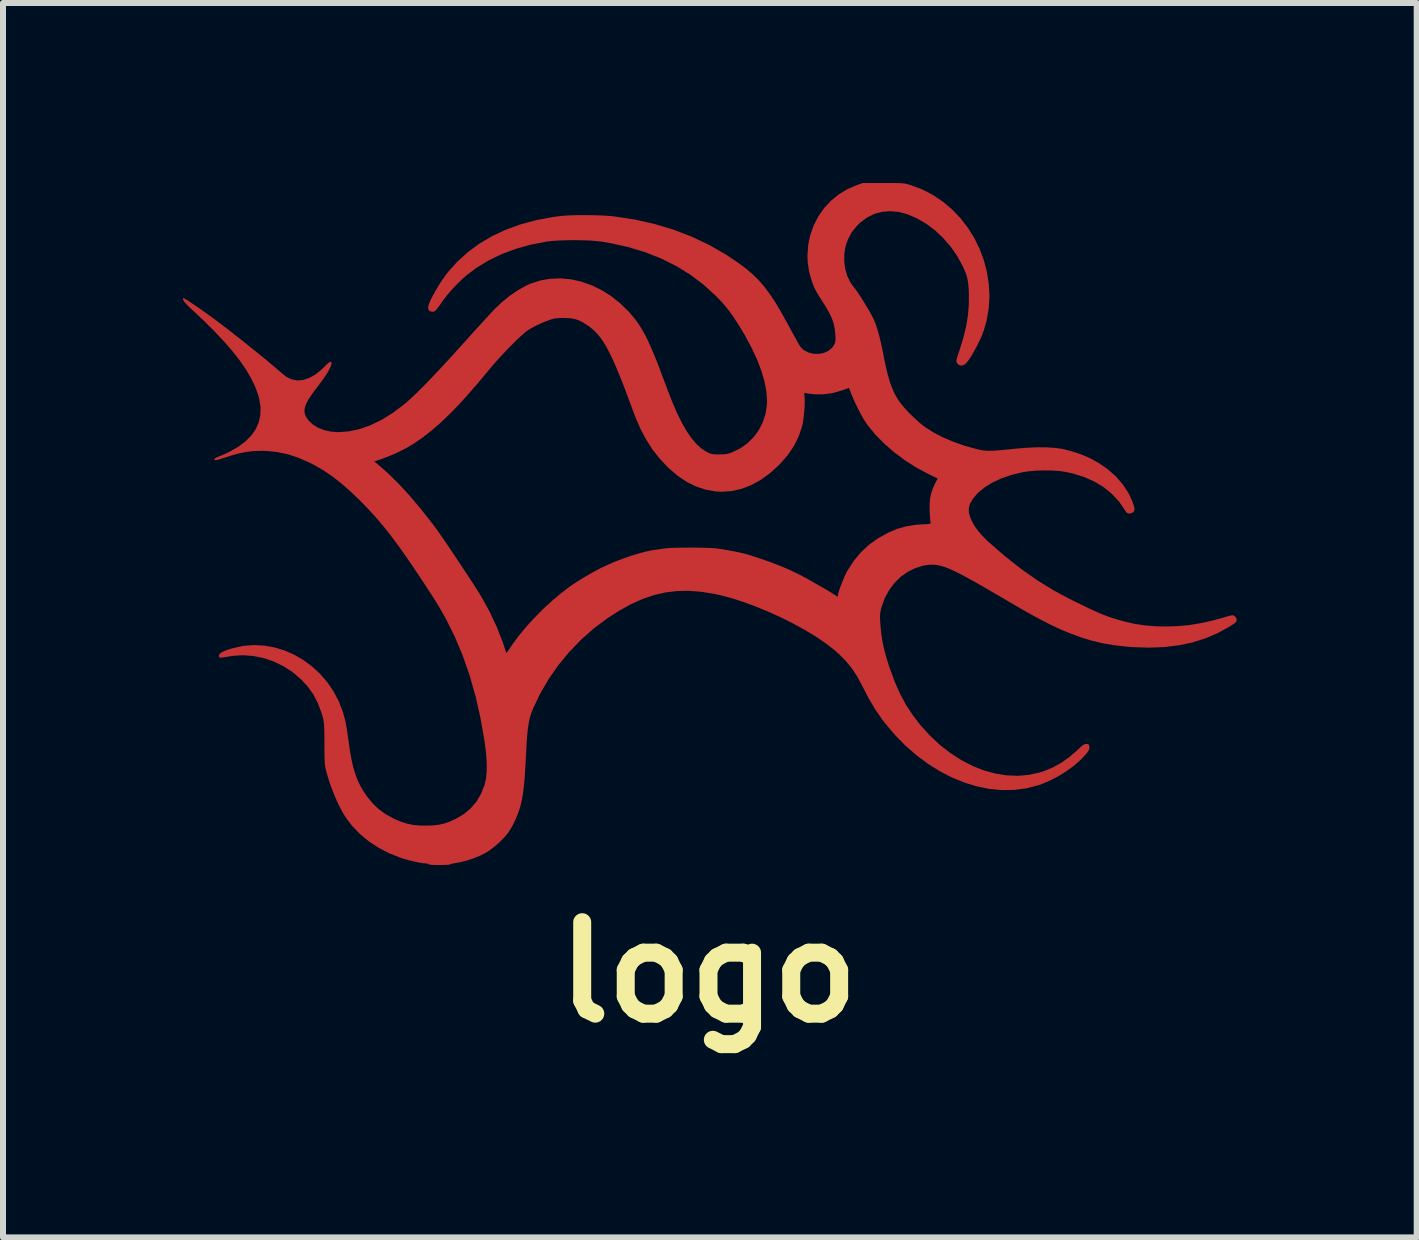
<source format=kicad_pcb>
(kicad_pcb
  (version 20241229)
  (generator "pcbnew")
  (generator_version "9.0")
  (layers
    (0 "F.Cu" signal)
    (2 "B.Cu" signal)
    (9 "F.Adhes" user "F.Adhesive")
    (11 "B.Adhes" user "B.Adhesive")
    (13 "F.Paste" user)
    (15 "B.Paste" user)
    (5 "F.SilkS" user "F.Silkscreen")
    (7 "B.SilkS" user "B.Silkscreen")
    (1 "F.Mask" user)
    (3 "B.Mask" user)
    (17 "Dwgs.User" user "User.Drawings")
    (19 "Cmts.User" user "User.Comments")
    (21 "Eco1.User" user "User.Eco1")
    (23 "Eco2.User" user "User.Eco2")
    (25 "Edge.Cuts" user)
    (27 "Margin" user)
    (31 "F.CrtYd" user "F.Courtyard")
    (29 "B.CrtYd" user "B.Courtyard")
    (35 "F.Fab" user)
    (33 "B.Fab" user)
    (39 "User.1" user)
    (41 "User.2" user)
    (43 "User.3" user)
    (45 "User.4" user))
  (footprint "logo"
    (layer "F.Cu")
    (at 8.767 5.673)
    (property "Reference" "logo" (at -0.01 7.48 0) (layer "F.SilkS") (effects (font (size 1.524 1.524) (thickness 0.3))))
    (attr board_only exclude_from_pos_files exclude_from_bom)
    (fp_poly (pts (xy 2.903 -5.673) (xy 3.006 -5.673) (xy 3.087 -5.673) (xy 3.15 -5.672) (xy 3.199 -5.67) (xy 3.238 -5.666) (xy 3.27 -5.662) (xy 3.3 -5.655) (xy 3.33 -5.647) (xy 3.361 -5.638) (xy 3.552 -5.566) (xy 3.732 -5.473) (xy 3.898 -5.361) (xy 4.051 -5.231) (xy 4.19 -5.086) (xy 4.313 -4.927) (xy 4.419 -4.756) (xy 4.508 -4.575) (xy 4.579 -4.386) (xy 4.63 -4.191) (xy 4.661 -3.99) (xy 4.672 -3.788) (xy 4.66 -3.584) (xy 4.625 -3.381) (xy 4.579 -3.22) (xy 4.55 -3.142) (xy 4.512 -3.055) (xy 4.468 -2.965) (xy 4.42 -2.877) (xy 4.373 -2.795) (xy 4.328 -2.726) (xy 4.288 -2.675) (xy 4.282 -2.669) (xy 4.242 -2.639) (xy 4.199 -2.63) (xy 4.159 -2.643) (xy 4.132 -2.671) (xy 4.125 -2.686) (xy 4.121 -2.701) (xy 4.122 -2.721) (xy 4.128 -2.75) (xy 4.142 -2.793) (xy 4.162 -2.854) (xy 4.171 -2.881) (xy 4.235 -3.086) (xy 4.282 -3.278) (xy 4.313 -3.462) (xy 4.328 -3.642) (xy 4.329 -3.824) (xy 4.329 -3.825) (xy 4.325 -3.924) (xy 4.317 -4.004) (xy 4.306 -4.074) (xy 4.288 -4.139) (xy 4.263 -4.206) (xy 4.229 -4.283) (xy 4.224 -4.293) (xy 4.135 -4.457) (xy 4.027 -4.611) (xy 3.904 -4.753) (xy 3.769 -4.881) (xy 3.623 -4.991) (xy 3.47 -5.081) (xy 3.313 -5.149) (xy 3.303 -5.153) (xy 3.157 -5.191) (xy 3.016 -5.204) (xy 2.882 -5.193) (xy 2.754 -5.158) (xy 2.634 -5.099) (xy 2.522 -5.016) (xy 2.459 -4.954) (xy 2.374 -4.847) (xy 2.312 -4.73) (xy 2.274 -4.618) (xy 2.253 -4.491) (xy 2.252 -4.363) (xy 2.269 -4.237) (xy 2.305 -4.119) (xy 2.358 -4.011) (xy 2.414 -3.935) (xy 2.442 -3.9) (xy 2.479 -3.847) (xy 2.523 -3.781) (xy 2.569 -3.707) (xy 2.616 -3.63) (xy 2.661 -3.555) (xy 2.7 -3.487) (xy 2.73 -3.429) (xy 2.741 -3.407) (xy 2.773 -3.33) (xy 2.803 -3.242) (xy 2.832 -3.14) (xy 2.861 -3.021) (xy 2.891 -2.882) (xy 2.91 -2.783) (xy 2.943 -2.621) (xy 2.977 -2.482) (xy 3.012 -2.361) (xy 3.05 -2.257) (xy 3.091 -2.164) (xy 3.138 -2.081) (xy 3.191 -2.003) (xy 3.193 -2.001) (xy 3.253 -1.928) (xy 3.327 -1.848) (xy 3.41 -1.767) (xy 3.494 -1.69) (xy 3.573 -1.625) (xy 3.603 -1.603) (xy 3.74 -1.516) (xy 3.898 -1.434) (xy 4.072 -1.36) (xy 4.257 -1.295) (xy 4.448 -1.242) (xy 4.46 -1.239) (xy 4.508 -1.228) (xy 4.551 -1.22) (xy 4.594 -1.214) (xy 4.639 -1.211) (xy 4.69 -1.211) (xy 4.751 -1.213) (xy 4.823 -1.218) (xy 4.912 -1.226) (xy 5.02 -1.237) (xy 5.121 -1.247) (xy 5.301 -1.262) (xy 5.471 -1.269) (xy 5.627 -1.268) (xy 5.768 -1.259) (xy 5.889 -1.242) (xy 5.951 -1.227) (xy 6.055 -1.198) (xy 6.142 -1.171) (xy 6.219 -1.143) (xy 6.293 -1.112) (xy 6.339 -1.092) (xy 6.498 -1.005) (xy 6.645 -0.902) (xy 6.777 -0.785) (xy 6.89 -0.656) (xy 6.982 -0.517) (xy 7.007 -0.47) (xy 7.035 -0.41) (xy 7.06 -0.349) (xy 7.078 -0.293) (xy 7.089 -0.25) (xy 7.09 -0.235) (xy 7.079 -0.2) (xy 7.049 -0.175) (xy 7.006 -0.165) (xy 7.003 -0.165) (xy 6.977 -0.168) (xy 6.957 -0.182) (xy 6.936 -0.211) (xy 6.928 -0.224) (xy 6.83 -0.367) (xy 6.712 -0.493) (xy 6.576 -0.604) (xy 6.422 -0.697) (xy 6.25 -0.774) (xy 6.063 -0.832) (xy 5.94 -0.859) (xy 5.834 -0.874) (xy 5.711 -0.882) (xy 5.58 -0.884) (xy 5.449 -0.88) (xy 5.326 -0.869) (xy 5.226 -0.854) (xy 5.041 -0.809) (xy 4.874 -0.752) (xy 4.724 -0.683) (xy 4.594 -0.603) (xy 4.486 -0.514) (xy 4.458 -0.485) (xy 4.392 -0.405) (xy 4.349 -0.331) (xy 4.328 -0.258) (xy 4.329 -0.183) (xy 4.351 -0.102) (xy 4.38 -0.036) (xy 4.428 0.048) (xy 4.487 0.13) (xy 4.56 0.213) (xy 4.651 0.303) (xy 4.676 0.325) (xy 4.945 0.558) (xy 5.211 0.766) (xy 5.475 0.951) (xy 5.738 1.113) (xy 5.994 1.251) (xy 6.126 1.316) (xy 6.239 1.371) (xy 6.335 1.418) (xy 6.418 1.456) (xy 6.49 1.488) (xy 6.554 1.515) (xy 6.613 1.538) (xy 6.67 1.559) (xy 6.718 1.575) (xy 6.906 1.631) (xy 7.083 1.672) (xy 7.259 1.699) (xy 7.442 1.714) (xy 7.611 1.717) (xy 7.806 1.711) (xy 7.993 1.695) (xy 8.179 1.665) (xy 8.373 1.623) (xy 8.573 1.568) (xy 8.636 1.549) (xy 8.681 1.537) (xy 8.71 1.531) (xy 8.73 1.531) (xy 8.744 1.536) (xy 8.758 1.545) (xy 8.76 1.546) (xy 8.787 1.578) (xy 8.792 1.607) (xy 8.79 1.626) (xy 8.781 1.642) (xy 8.763 1.66) (xy 8.73 1.683) (xy 8.679 1.715) (xy 8.675 1.718) (xy 8.479 1.826) (xy 8.273 1.914) (xy 8.056 1.983) (xy 7.828 2.031) (xy 7.586 2.06) (xy 7.33 2.07) (xy 7.059 2.061) (xy 6.95 2.052) (xy 6.744 2.029) (xy 6.554 1.996) (xy 6.372 1.952) (xy 6.189 1.896) (xy 6.036 1.839) (xy 5.945 1.803) (xy 5.856 1.765) (xy 5.764 1.723) (xy 5.668 1.676) (xy 5.564 1.623) (xy 5.452 1.563) (xy 5.327 1.495) (xy 5.188 1.416) (xy 5.033 1.326) (xy 4.872 1.231) (xy 4.697 1.129) (xy 4.543 1.04) (xy 4.406 0.962) (xy 4.286 0.896) (xy 4.181 0.84) (xy 4.088 0.794) (xy 4.007 0.757) (xy 3.935 0.729) (xy 3.87 0.709) (xy 3.812 0.695) (xy 3.757 0.688) (xy 3.705 0.687) (xy 3.654 0.69) (xy 3.601 0.698) (xy 3.564 0.705) (xy 3.43 0.747) (xy 3.304 0.81) (xy 3.188 0.894) (xy 3.086 0.996) (xy 2.998 1.114) (xy 2.927 1.245) (xy 2.876 1.387) (xy 2.869 1.41) (xy 2.859 1.454) (xy 2.852 1.49) (xy 2.849 1.526) (xy 2.848 1.567) (xy 2.85 1.619) (xy 2.855 1.689) (xy 2.857 1.709) (xy 2.87 1.841) (xy 2.889 1.965) (xy 2.915 2.09) (xy 2.95 2.221) (xy 2.994 2.365) (xy 3.013 2.419) (xy 3.094 2.639) (xy 3.182 2.838) (xy 3.28 3.02) (xy 3.39 3.189) (xy 3.513 3.35) (xy 3.522 3.361) (xy 3.681 3.536) (xy 3.848 3.692) (xy 4.023 3.828) (xy 4.204 3.944) (xy 4.388 4.04) (xy 4.576 4.115) (xy 4.766 4.167) (xy 4.955 4.198) (xy 5.142 4.206) (xy 5.327 4.19) (xy 5.508 4.151) (xy 5.56 4.135) (xy 5.717 4.072) (xy 5.866 3.991) (xy 6.009 3.889) (xy 6.141 3.774) (xy 6.189 3.729) (xy 6.223 3.7) (xy 6.249 3.683) (xy 6.269 3.675) (xy 6.288 3.674) (xy 6.292 3.674) (xy 6.321 3.68) (xy 6.333 3.694) (xy 6.338 3.724) (xy 6.337 3.752) (xy 6.328 3.779) (xy 6.307 3.811) (xy 6.283 3.842) (xy 6.191 3.941) (xy 6.078 4.039) (xy 5.951 4.132) (xy 5.813 4.217) (xy 5.67 4.29) (xy 5.526 4.35) (xy 5.486 4.363) (xy 5.29 4.414) (xy 5.088 4.441) (xy 4.883 4.444) (xy 4.675 4.425) (xy 4.467 4.383) (xy 4.258 4.32) (xy 4.052 4.236) (xy 3.848 4.131) (xy 3.649 4.007) (xy 3.456 3.863) (xy 3.271 3.701) (xy 3.094 3.521) (xy 2.927 3.323) (xy 2.88 3.261) (xy 2.767 3.097) (xy 2.657 2.911) (xy 2.559 2.72) (xy 2.474 2.56) (xy 2.382 2.419) (xy 2.278 2.291) (xy 2.158 2.171) (xy 2.086 2.108) (xy 1.943 1.997) (xy 1.78 1.886) (xy 1.598 1.776) (xy 1.404 1.669) (xy 1.2 1.567) (xy 0.99 1.472) (xy 0.779 1.385) (xy 0.57 1.308) (xy 0.368 1.243) (xy 0.176 1.193) (xy 0.097 1.176) (xy -0.122 1.14) (xy -0.33 1.123) (xy -0.53 1.126) (xy -0.724 1.149) (xy -0.916 1.193) (xy -1.107 1.258) (xy -1.3 1.345) (xy -1.498 1.454) (xy -1.69 1.577) (xy -1.917 1.746) (xy -2.131 1.935) (xy -2.33 2.141) (xy -2.512 2.362) (xy -2.675 2.596) (xy -2.817 2.84) (xy -2.929 3.075) (xy -2.951 3.13) (xy -2.971 3.184) (xy -2.987 3.238) (xy -3 3.297) (xy -3.012 3.363) (xy -3.022 3.439) (xy -3.031 3.528) (xy -3.039 3.633) (xy -3.046 3.757) (xy -3.054 3.903) (xy -3.055 3.933) (xy -3.064 4.088) (xy -3.072 4.221) (xy -3.082 4.335) (xy -3.093 4.435) (xy -3.105 4.522) (xy -3.119 4.602) (xy -3.136 4.677) (xy -3.145 4.713) (xy -3.179 4.819) (xy -3.225 4.931) (xy -3.277 5.038) (xy -3.333 5.131) (xy -3.347 5.152) (xy -3.412 5.231) (xy -3.493 5.313) (xy -3.582 5.391) (xy -3.673 5.458) (xy -3.714 5.484) (xy -3.809 5.533) (xy -3.92 5.579) (xy -4.037 5.618) (xy -4.15 5.647) (xy -4.214 5.658) (xy -4.262 5.666) (xy -4.299 5.674) (xy -4.318 5.681) (xy -4.32 5.683) (xy -4.332 5.686) (xy -4.365 5.689) (xy -4.414 5.691) (xy -4.475 5.692) (xy -4.498 5.692) (xy -4.572 5.692) (xy -4.628 5.689) (xy -4.664 5.685) (xy -4.676 5.68) (xy -4.676 5.68) (xy -4.687 5.671) (xy -4.714 5.667) (xy -4.714 5.667) (xy -4.759 5.663) (xy -4.822 5.653) (xy -4.897 5.638) (xy -4.977 5.619) (xy -5.057 5.598) (xy -5.13 5.576) (xy -5.137 5.573) (xy -5.329 5.498) (xy -5.509 5.404) (xy -5.676 5.294) (xy -5.826 5.169) (xy -5.957 5.031) (xy -6.049 4.909) (xy -6.108 4.814) (xy -6.168 4.699) (xy -6.227 4.571) (xy -6.281 4.436) (xy -6.33 4.301) (xy -6.369 4.171) (xy -6.37 4.168) (xy -6.382 4.124) (xy -6.391 4.086) (xy -6.398 4.051) (xy -6.402 4.015) (xy -6.406 3.973) (xy -6.408 3.922) (xy -6.409 3.857) (xy -6.41 3.774) (xy -6.411 3.678) (xy -6.411 3.571) (xy -6.412 3.485) (xy -6.414 3.416) (xy -6.417 3.361) (xy -6.421 3.315) (xy -6.427 3.276) (xy -6.436 3.238) (xy -6.447 3.198) (xy -6.461 3.152) (xy -6.462 3.148) (xy -6.523 2.988) (xy -6.598 2.845) (xy -6.691 2.715) (xy -6.803 2.595) (xy -6.942 2.477) (xy -7.094 2.379) (xy -7.255 2.301) (xy -7.423 2.244) (xy -7.595 2.209) (xy -7.768 2.196) (xy -7.94 2.207) (xy -8.001 2.217) (xy -8.053 2.226) (xy -8.1 2.233) (xy -8.133 2.236) (xy -8.136 2.236) (xy -8.161 2.233) (xy -8.169 2.218) (xy -8.168 2.201) (xy -8.157 2.176) (xy -8.13 2.152) (xy -8.084 2.128) (xy -8.017 2.103) (xy -7.937 2.079) (xy -7.762 2.04) (xy -7.586 2.027) (xy -7.411 2.036) (xy -7.239 2.067) (xy -7.072 2.118) (xy -6.91 2.19) (xy -6.757 2.279) (xy -6.613 2.386) (xy -6.481 2.509) (xy -6.362 2.647) (xy -6.259 2.799) (xy -6.171 2.964) (xy -6.103 3.14) (xy -6.056 3.316) (xy -6.048 3.363) (xy -6.037 3.428) (xy -6.026 3.504) (xy -6.015 3.583) (xy -6.01 3.615) (xy -5.986 3.786) (xy -5.959 3.936) (xy -5.929 4.067) (xy -5.894 4.183) (xy -5.853 4.288) (xy -5.806 4.385) (xy -5.75 4.478) (xy -5.694 4.558) (xy -5.601 4.671) (xy -5.501 4.765) (xy -5.389 4.846) (xy -5.257 4.918) (xy -5.243 4.925) (xy -5.132 4.972) (xy -5.027 5.005) (xy -4.921 5.026) (xy -4.803 5.035) (xy -4.72 5.036) (xy -4.604 5.033) (xy -4.505 5.022) (xy -4.414 5.001) (xy -4.324 4.97) (xy -4.227 4.925) (xy -4.225 4.925) (xy -4.09 4.845) (xy -3.975 4.75) (xy -3.879 4.638) (xy -3.803 4.51) (xy -3.745 4.365) (xy -3.741 4.352) (xy -3.717 4.246) (xy -3.706 4.123) (xy -3.706 3.981) (xy -3.718 3.818) (xy -3.74 3.64) (xy -3.808 3.252) (xy -3.891 2.883) (xy -3.991 2.532) (xy -4.108 2.197) (xy -4.242 1.879) (xy -4.394 1.575) (xy -4.495 1.398) (xy -4.523 1.351) (xy -4.563 1.288) (xy -4.612 1.21) (xy -4.669 1.123) (xy -4.729 1.03) (xy -4.792 0.935) (xy -4.83 0.877) (xy -4.957 0.687) (xy -5.075 0.517) (xy -5.184 0.364) (xy -5.287 0.225) (xy -5.387 0.097) (xy -5.485 -0.022) (xy -5.584 -0.136) (xy -5.686 -0.246) (xy -5.793 -0.356) (xy -5.812 -0.376) (xy -5.973 -0.53) (xy -6.126 -0.665) (xy -6.274 -0.781) (xy -6.421 -0.881) (xy -6.57 -0.968) (xy -6.652 -1.01) (xy -6.704 -1.033) (xy -5.58 -1.033) (xy -5.512 -0.978) (xy -5.343 -0.829) (xy -5.168 -0.656) (xy -4.987 -0.459) (xy -4.801 -0.238) (xy -4.609 0.006) (xy -4.573 0.054) (xy -4.534 0.107) (xy -4.484 0.179) (xy -4.424 0.265) (xy -4.357 0.363) (xy -4.285 0.47) (xy -4.21 0.581) (xy -4.135 0.695) (xy -4.061 0.807) (xy -3.99 0.915) (xy -3.925 1.015) (xy -3.868 1.104) (xy -3.821 1.179) (xy -3.796 1.22) (xy -3.659 1.467) (xy -3.539 1.723) (xy -3.437 1.983) (xy -3.385 2.146) (xy -3.382 2.154) (xy -3.38 2.158) (xy -3.374 2.155) (xy -3.363 2.142) (xy -3.345 2.116) (xy -3.317 2.074) (xy -3.285 2.027) (xy -3.18 1.882) (xy -3.056 1.732) (xy -2.918 1.58) (xy -2.77 1.43) (xy -2.616 1.289) (xy -2.462 1.159) (xy -2.312 1.045) (xy -2.287 1.028) (xy -2.203 0.972) (xy -2.103 0.91) (xy -1.997 0.848) (xy -1.893 0.79) (xy -1.799 0.74) (xy -1.797 0.739) (xy -1.685 0.687) (xy -1.563 0.635) (xy -1.435 0.586) (xy -1.306 0.541) (xy -1.181 0.503) (xy -1.067 0.472) (xy -0.967 0.45) (xy -0.928 0.444) (xy -0.862 0.435) (xy -0.79 0.424) (xy -0.737 0.417) (xy -0.69 0.412) (xy -0.622 0.408) (xy -0.538 0.405) (xy -0.443 0.404) (xy -0.342 0.403) (xy -0.238 0.403) (xy -0.138 0.404) (xy -0.045 0.407) (xy 0.035 0.41) (xy 0.099 0.414) (xy 0.121 0.416) (xy 0.212 0.429) (xy 0.312 0.446) (xy 0.413 0.465) (xy 0.511 0.485) (xy 0.597 0.505) (xy 0.665 0.524) (xy 0.673 0.527) (xy 0.868 0.591) (xy 1.041 0.652) (xy 1.198 0.713) (xy 1.342 0.774) (xy 1.478 0.839) (xy 1.61 0.908) (xy 1.696 0.956) (xy 1.741 0.982) (xy 1.798 1.015) (xy 1.86 1.05) (xy 1.896 1.071) (xy 1.954 1.104) (xy 2.009 1.138) (xy 2.056 1.166) (xy 2.078 1.181) (xy 2.115 1.205) (xy 2.136 1.217) (xy 2.145 1.216) (xy 2.147 1.204) (xy 2.147 1.198) (xy 2.152 1.167) (xy 2.166 1.118) (xy 2.187 1.058) (xy 2.213 0.99) (xy 2.241 0.922) (xy 2.269 0.858) (xy 2.297 0.803) (xy 2.306 0.787) (xy 2.411 0.623) (xy 2.53 0.481) (xy 2.664 0.356) (xy 2.816 0.247) (xy 2.988 0.152) (xy 2.989 0.152) (xy 3.139 0.089) (xy 3.29 0.047) (xy 3.452 0.022) (xy 3.537 0.016) (xy 3.603 0.013) (xy 3.648 0.01) (xy 3.676 0.006) (xy 3.69 0.001) (xy 3.693 -0.007) (xy 3.691 -0.018) (xy 3.691 -0.018) (xy 3.687 -0.04) (xy 3.683 -0.082) (xy 3.679 -0.138) (xy 3.676 -0.202) (xy 3.676 -0.206) (xy 3.675 -0.321) (xy 3.683 -0.419) (xy 3.702 -0.507) (xy 3.732 -0.593) (xy 3.76 -0.652) (xy 3.809 -0.749) (xy 3.641 -0.831) (xy 3.447 -0.935) (xy 3.26 -1.055) (xy 3.083 -1.187) (xy 2.919 -1.33) (xy 2.773 -1.478) (xy 2.647 -1.631) (xy 2.615 -1.676) (xy 2.577 -1.735) (xy 2.534 -1.811) (xy 2.489 -1.898) (xy 2.444 -1.988) (xy 2.404 -2.075) (xy 2.372 -2.153) (xy 2.369 -2.16) (xy 2.352 -2.205) (xy 2.339 -2.239) (xy 2.332 -2.257) (xy 2.332 -2.258) (xy 2.32 -2.255) (xy 2.29 -2.244) (xy 2.247 -2.229) (xy 2.217 -2.218) (xy 2.059 -2.172) (xy 1.9 -2.151) (xy 1.774 -2.152) (xy 1.717 -2.157) (xy 1.667 -2.162) (xy 1.63 -2.167) (xy 1.622 -2.169) (xy 1.585 -2.176) (xy 1.591 -2.102) (xy 1.594 -2.035) (xy 1.592 -1.952) (xy 1.585 -1.861) (xy 1.576 -1.769) (xy 1.564 -1.686) (xy 1.551 -1.622) (xy 1.495 -1.454) (xy 1.415 -1.293) (xy 1.311 -1.139) (xy 1.183 -0.992) (xy 1.163 -0.972) (xy 1.013 -0.836) (xy 0.859 -0.725) (xy 0.701 -0.638) (xy 0.541 -0.576) (xy 0.377 -0.54) (xy 0.211 -0.528) (xy 0.103 -0.534) (xy -0.061 -0.564) (xy -0.221 -0.617) (xy -0.377 -0.695) (xy -0.529 -0.798) (xy -0.677 -0.926) (xy -0.685 -0.933) (xy -0.82 -1.076) (xy -0.941 -1.229) (xy -1.048 -1.395) (xy -1.144 -1.577) (xy -1.231 -1.78) (xy -1.25 -1.83) (xy -1.266 -1.872) (xy -1.288 -1.932) (xy -1.314 -2.001) (xy -1.34 -2.073) (xy -1.347 -2.09) (xy -1.42 -2.285) (xy -1.488 -2.457) (xy -1.551 -2.608) (xy -1.609 -2.74) (xy -1.665 -2.855) (xy -1.718 -2.954) (xy -1.771 -3.039) (xy -1.823 -3.112) (xy -1.877 -3.175) (xy -1.932 -3.229) (xy -1.99 -3.276) (xy -2.027 -3.302) (xy -2.105 -3.351) (xy -2.172 -3.385) (xy -2.237 -3.407) (xy -2.307 -3.419) (xy -2.39 -3.423) (xy -2.414 -3.424) (xy -2.487 -3.423) (xy -2.542 -3.419) (xy -2.589 -3.412) (xy -2.635 -3.399) (xy -2.649 -3.395) (xy -2.752 -3.356) (xy -2.858 -3.309) (xy -2.957 -3.257) (xy -3.026 -3.215) (xy -3.069 -3.182) (xy -3.126 -3.132) (xy -3.193 -3.069) (xy -3.268 -2.996) (xy -3.348 -2.915) (xy -3.429 -2.829) (xy -3.51 -2.742) (xy -3.587 -2.656) (xy -3.657 -2.574) (xy -3.676 -2.55) (xy -3.856 -2.334) (xy -4.026 -2.139) (xy -4.186 -1.963) (xy -4.34 -1.807) (xy -4.487 -1.667) (xy -4.63 -1.544) (xy -4.77 -1.435) (xy -4.908 -1.339) (xy -5.047 -1.256) (xy -5.188 -1.184) (xy -5.333 -1.121) (xy -5.461 -1.073) (xy -5.58 -1.033) (xy -6.704 -1.033) (xy -6.84 -1.093) (xy -7.022 -1.153) (xy -7.203 -1.191) (xy -7.386 -1.209) (xy -7.459 -1.21) (xy -7.595 -1.206) (xy -7.723 -1.19) (xy -7.853 -1.163) (xy -7.993 -1.123) (xy -8.027 -1.111) (xy -8.09 -1.091) (xy -8.146 -1.073) (xy -8.19 -1.061) (xy -8.217 -1.055) (xy -8.221 -1.055) (xy -8.243 -1.059) (xy -8.245 -1.071) (xy -8.229 -1.088) (xy -8.195 -1.105) (xy -8.18 -1.111) (xy -8.138 -1.128) (xy -8.083 -1.152) (xy -8.024 -1.179) (xy -7.999 -1.191) (xy -7.852 -1.274) (xy -7.729 -1.365) (xy -7.63 -1.464) (xy -7.555 -1.571) (xy -7.505 -1.686) (xy -7.478 -1.809) (xy -7.475 -1.94) (xy -7.497 -2.078) (xy -7.517 -2.148) (xy -7.566 -2.282) (xy -7.633 -2.42) (xy -7.716 -2.562) (xy -7.818 -2.711) (xy -7.939 -2.866) (xy -8.08 -3.029) (xy -8.241 -3.2) (xy -8.423 -3.381) (xy -8.627 -3.572) (xy -8.631 -3.576) (xy -8.696 -3.639) (xy -8.741 -3.688) (xy -8.764 -3.725) (xy -8.767 -3.75) (xy -8.763 -3.757) (xy -8.751 -3.752) (xy -8.72 -3.735) (xy -8.674 -3.706) (xy -8.616 -3.667) (xy -8.547 -3.621) (xy -8.471 -3.568) (xy -8.39 -3.511) (xy -8.307 -3.451) (xy -8.225 -3.391) (xy -8.202 -3.374) (xy -8.123 -3.314) (xy -8.033 -3.245) (xy -7.935 -3.169) (xy -7.832 -3.088) (xy -7.726 -3.004) (xy -7.621 -2.92) (xy -7.518 -2.837) (xy -7.421 -2.758) (xy -7.332 -2.684) (xy -7.255 -2.619) (xy -7.19 -2.564) (xy -7.143 -2.522) (xy -7.128 -2.509) (xy -7.043 -2.442) (xy -6.954 -2.4) (xy -6.861 -2.383) (xy -6.764 -2.391) (xy -6.665 -2.424) (xy -6.564 -2.48) (xy -6.462 -2.561) (xy -6.39 -2.632) (xy -6.357 -2.663) (xy -6.328 -2.686) (xy -6.311 -2.694) (xy -6.293 -2.684) (xy -6.292 -2.658) (xy -6.306 -2.615) (xy -6.334 -2.557) (xy -6.377 -2.486) (xy -6.432 -2.404) (xy -6.5 -2.311) (xy -6.543 -2.255) (xy -6.618 -2.155) (xy -6.674 -2.07) (xy -6.714 -1.996) (xy -6.736 -1.932) (xy -6.744 -1.875) (xy -6.736 -1.823) (xy -6.723 -1.787) (xy -6.673 -1.713) (xy -6.603 -1.648) (xy -6.515 -1.595) (xy -6.414 -1.555) (xy -6.302 -1.53) (xy -6.184 -1.521) (xy -6.175 -1.521) (xy -5.999 -1.535) (xy -5.821 -1.574) (xy -5.64 -1.638) (xy -5.459 -1.726) (xy -5.276 -1.839) (xy -5.093 -1.976) (xy -5.056 -2.006) (xy -4.977 -2.076) (xy -4.883 -2.165) (xy -4.774 -2.273) (xy -4.651 -2.399) (xy -4.514 -2.544) (xy -4.363 -2.706) (xy -4.199 -2.886) (xy -4.107 -2.988) (xy -4.021 -3.084) (xy -3.936 -3.178) (xy -3.855 -3.268) (xy -3.778 -3.351) (xy -3.71 -3.426) (xy -3.653 -3.488) (xy -3.608 -3.536) (xy -3.587 -3.559) (xy -3.458 -3.683) (xy -3.322 -3.794) (xy -3.182 -3.889) (xy -3.045 -3.965) (xy -2.974 -3.997) (xy -2.812 -4.049) (xy -2.644 -4.078) (xy -2.472 -4.084) (xy -2.3 -4.068) (xy -2.127 -4.029) (xy -1.957 -3.969) (xy -1.792 -3.889) (xy -1.633 -3.789) (xy -1.482 -3.669) (xy -1.341 -3.531) (xy -1.271 -3.45) (xy -1.223 -3.39) (xy -1.179 -3.328) (xy -1.136 -3.263) (xy -1.095 -3.193) (xy -1.053 -3.115) (xy -1.01 -3.026) (xy -0.965 -2.926) (xy -0.917 -2.812) (xy -0.864 -2.682) (xy -0.807 -2.532) (xy -0.743 -2.363) (xy -0.698 -2.243) (xy -0.616 -2.03) (xy -0.535 -1.842) (xy -0.454 -1.678) (xy -0.373 -1.537) (xy -0.292 -1.419) (xy -0.209 -1.322) (xy -0.126 -1.247) (xy -0.041 -1.192) (xy -0.03 -1.186) (xy 0.008 -1.169) (xy 0.04 -1.159) (xy 0.076 -1.153) (xy 0.123 -1.151) (xy 0.172 -1.151) (xy 0.238 -1.152) (xy 0.288 -1.157) (xy 0.332 -1.167) (xy 0.379 -1.183) (xy 0.386 -1.186) (xy 0.519 -1.251) (xy 0.639 -1.336) (xy 0.742 -1.438) (xy 0.828 -1.556) (xy 0.894 -1.685) (xy 0.94 -1.825) (xy 0.963 -1.972) (xy 0.966 -2.043) (xy 0.955 -2.197) (xy 0.924 -2.363) (xy 0.872 -2.541) (xy 0.8 -2.73) (xy 0.708 -2.927) (xy 0.598 -3.133) (xy 0.528 -3.25) (xy 0.457 -3.363) (xy 0.394 -3.459) (xy 0.333 -3.543) (xy 0.271 -3.621) (xy 0.204 -3.697) (xy 0.127 -3.777) (xy 0.103 -3.801) (xy -0.096 -3.982) (xy -0.312 -4.145) (xy -0.545 -4.288) (xy -0.794 -4.413) (xy -1.059 -4.518) (xy -1.34 -4.604) (xy -1.636 -4.67) (xy -1.798 -4.697) (xy -1.89 -4.707) (xy -2 -4.715) (xy -2.123 -4.719) (xy -2.252 -4.721) (xy -2.381 -4.719) (xy -2.503 -4.715) (xy -2.614 -4.708) (xy -2.706 -4.697) (xy -2.713 -4.696) (xy -2.972 -4.646) (xy -3.219 -4.577) (xy -3.454 -4.489) (xy -3.673 -4.384) (xy -3.875 -4.261) (xy -4.033 -4.143) (xy -4.112 -4.074) (xy -4.196 -3.992) (xy -4.281 -3.903) (xy -4.359 -3.813) (xy -4.424 -3.73) (xy -4.443 -3.703) (xy -4.488 -3.639) (xy -4.521 -3.593) (xy -4.545 -3.562) (xy -4.563 -3.543) (xy -4.579 -3.533) (xy -4.594 -3.529) (xy -4.611 -3.528) (xy -4.612 -3.528) (xy -4.654 -3.537) (xy -4.677 -3.564) (xy -4.682 -3.607) (xy -4.681 -3.613) (xy -4.667 -3.661) (xy -4.64 -3.725) (xy -4.602 -3.8) (xy -4.556 -3.883) (xy -4.505 -3.969) (xy -4.449 -4.054) (xy -4.393 -4.134) (xy -4.353 -4.187) (xy -4.195 -4.363) (xy -4.019 -4.522) (xy -3.825 -4.665) (xy -3.613 -4.789) (xy -3.385 -4.896) (xy -3.14 -4.984) (xy -2.88 -5.055) (xy -2.604 -5.106) (xy -2.484 -5.122) (xy -2.398 -5.13) (xy -2.293 -5.135) (xy -2.174 -5.138) (xy -2.048 -5.138) (xy -1.92 -5.136) (xy -1.797 -5.132) (xy -1.684 -5.126) (xy -1.587 -5.117) (xy -1.576 -5.116) (xy -1.236 -5.064) (xy -0.908 -4.99) (xy -0.592 -4.895) (xy -0.287 -4.778) (xy 0.003 -4.64) (xy 0.28 -4.481) (xy 0.483 -4.345) (xy 0.615 -4.246) (xy 0.729 -4.15) (xy 0.829 -4.051) (xy 0.922 -3.943) (xy 1.013 -3.82) (xy 1.074 -3.729) (xy 1.099 -3.691) (xy 1.123 -3.652) (xy 1.149 -3.61) (xy 1.177 -3.563) (xy 1.208 -3.507) (xy 1.245 -3.441) (xy 1.289 -3.362) (xy 1.341 -3.268) (xy 1.402 -3.155) (xy 1.455 -3.059) (xy 1.49 -2.995) (xy 1.519 -2.95) (xy 1.545 -2.918) (xy 1.571 -2.895) (xy 1.585 -2.885) (xy 1.662 -2.846) (xy 1.745 -2.827) (xy 1.829 -2.825) (xy 1.909 -2.84) (xy 1.982 -2.872) (xy 2.042 -2.919) (xy 2.082 -2.973) (xy 2.096 -3.005) (xy 2.104 -3.034) (xy 2.107 -3.069) (xy 2.105 -3.118) (xy 2.104 -3.138) (xy 2.096 -3.227) (xy 2.082 -3.306) (xy 2.06 -3.381) (xy 2.028 -3.458) (xy 1.985 -3.541) (xy 1.929 -3.636) (xy 1.896 -3.688) (xy 1.846 -3.765) (xy 1.809 -3.826) (xy 1.78 -3.877) (xy 1.757 -3.922) (xy 1.738 -3.967) (xy 1.719 -4.018) (xy 1.709 -4.047) (xy 1.668 -4.193) (xy 1.645 -4.334) (xy 1.639 -4.46) (xy 1.651 -4.636) (xy 1.686 -4.805) (xy 1.743 -4.966) (xy 1.82 -5.116) (xy 1.916 -5.254) (xy 2.03 -5.377) (xy 2.16 -5.483) (xy 2.305 -5.571) (xy 2.45 -5.634) (xy 2.56 -5.673)) (stroke (width 0) (type solid)) (fill yes) (layer "F.Cu"))
    (fp_poly (pts (xy 2.903 -5.673) (xy 3.006 -5.673) (xy 3.087 -5.673) (xy 3.15 -5.672) (xy 3.199 -5.67) (xy 3.238 -5.666) (xy 3.27 -5.662) (xy 3.3 -5.655) (xy 3.33 -5.647) (xy 3.361 -5.638) (xy 3.552 -5.566) (xy 3.732 -5.473) (xy 3.898 -5.361) (xy 4.051 -5.231) (xy 4.19 -5.086) (xy 4.313 -4.927) (xy 4.419 -4.756) (xy 4.508 -4.575) (xy 4.579 -4.386) (xy 4.63 -4.191) (xy 4.661 -3.99) (xy 4.672 -3.788) (xy 4.66 -3.584) (xy 4.625 -3.381) (xy 4.579 -3.22) (xy 4.55 -3.142) (xy 4.512 -3.055) (xy 4.468 -2.965) (xy 4.42 -2.877) (xy 4.373 -2.795) (xy 4.328 -2.726) (xy 4.288 -2.675) (xy 4.282 -2.669) (xy 4.242 -2.639) (xy 4.199 -2.63) (xy 4.159 -2.643) (xy 4.132 -2.671) (xy 4.125 -2.686) (xy 4.121 -2.701) (xy 4.122 -2.721) (xy 4.128 -2.75) (xy 4.142 -2.793) (xy 4.162 -2.854) (xy 4.171 -2.881) (xy 4.235 -3.086) (xy 4.282 -3.278) (xy 4.313 -3.462) (xy 4.328 -3.642) (xy 4.329 -3.824) (xy 4.329 -3.825) (xy 4.325 -3.924) (xy 4.317 -4.004) (xy 4.306 -4.074) (xy 4.288 -4.139) (xy 4.263 -4.206) (xy 4.229 -4.283) (xy 4.224 -4.293) (xy 4.135 -4.457) (xy 4.027 -4.611) (xy 3.904 -4.753) (xy 3.769 -4.881) (xy 3.623 -4.991) (xy 3.47 -5.081) (xy 3.313 -5.149) (xy 3.303 -5.153) (xy 3.157 -5.191) (xy 3.016 -5.204) (xy 2.882 -5.193) (xy 2.754 -5.158) (xy 2.634 -5.099) (xy 2.522 -5.016) (xy 2.459 -4.954) (xy 2.374 -4.847) (xy 2.312 -4.73) (xy 2.274 -4.618) (xy 2.253 -4.491) (xy 2.252 -4.363) (xy 2.269 -4.237) (xy 2.305 -4.119) (xy 2.358 -4.011) (xy 2.414 -3.935) (xy 2.442 -3.9) (xy 2.479 -3.847) (xy 2.523 -3.781) (xy 2.569 -3.707) (xy 2.616 -3.63) (xy 2.661 -3.555) (xy 2.7 -3.487) (xy 2.73 -3.429) (xy 2.741 -3.407) (xy 2.773 -3.33) (xy 2.803 -3.242) (xy 2.832 -3.14) (xy 2.861 -3.021) (xy 2.891 -2.882) (xy 2.91 -2.783) (xy 2.943 -2.621) (xy 2.977 -2.482) (xy 3.012 -2.361) (xy 3.05 -2.257) (xy 3.091 -2.164) (xy 3.138 -2.081) (xy 3.191 -2.003) (xy 3.193 -2.001) (xy 3.253 -1.928) (xy 3.327 -1.848) (xy 3.41 -1.767) (xy 3.494 -1.69) (xy 3.573 -1.625) (xy 3.603 -1.603) (xy 3.74 -1.516) (xy 3.898 -1.434) (xy 4.072 -1.36) (xy 4.257 -1.295) (xy 4.448 -1.242) (xy 4.46 -1.239) (xy 4.508 -1.228) (xy 4.551 -1.22) (xy 4.594 -1.214) (xy 4.639 -1.211) (xy 4.69 -1.211) (xy 4.751 -1.213) (xy 4.823 -1.218) (xy 4.912 -1.226) (xy 5.02 -1.237) (xy 5.121 -1.247) (xy 5.301 -1.262) (xy 5.471 -1.269) (xy 5.627 -1.268) (xy 5.768 -1.259) (xy 5.889 -1.242) (xy 5.951 -1.227) (xy 6.055 -1.198) (xy 6.142 -1.171) (xy 6.219 -1.143) (xy 6.293 -1.112) (xy 6.339 -1.092) (xy 6.498 -1.005) (xy 6.645 -0.902) (xy 6.777 -0.785) (xy 6.89 -0.656) (xy 6.982 -0.517) (xy 7.007 -0.47) (xy 7.035 -0.41) (xy 7.06 -0.349) (xy 7.078 -0.293) (xy 7.089 -0.25) (xy 7.09 -0.235) (xy 7.079 -0.2) (xy 7.049 -0.175) (xy 7.006 -0.165) (xy 7.003 -0.165) (xy 6.977 -0.168) (xy 6.957 -0.182) (xy 6.936 -0.211) (xy 6.928 -0.224) (xy 6.83 -0.367) (xy 6.712 -0.493) (xy 6.576 -0.604) (xy 6.422 -0.697) (xy 6.25 -0.774) (xy 6.063 -0.832) (xy 5.94 -0.859) (xy 5.834 -0.874) (xy 5.711 -0.882) (xy 5.58 -0.884) (xy 5.449 -0.88) (xy 5.326 -0.869) (xy 5.226 -0.854) (xy 5.041 -0.809) (xy 4.874 -0.752) (xy 4.724 -0.683) (xy 4.594 -0.603) (xy 4.486 -0.514) (xy 4.458 -0.485) (xy 4.392 -0.405) (xy 4.349 -0.331) (xy 4.328 -0.258) (xy 4.329 -0.183) (xy 4.351 -0.102) (xy 4.38 -0.036) (xy 4.428 0.048) (xy 4.487 0.13) (xy 4.56 0.213) (xy 4.651 0.303) (xy 4.676 0.325) (xy 4.945 0.558) (xy 5.211 0.766) (xy 5.475 0.951) (xy 5.738 1.113) (xy 5.994 1.251) (xy 6.126 1.316) (xy 6.239 1.371) (xy 6.335 1.418) (xy 6.418 1.456) (xy 6.49 1.488) (xy 6.554 1.515) (xy 6.613 1.538) (xy 6.67 1.559) (xy 6.718 1.575) (xy 6.906 1.631) (xy 7.083 1.672) (xy 7.259 1.699) (xy 7.442 1.714) (xy 7.611 1.717) (xy 7.806 1.711) (xy 7.993 1.695) (xy 8.179 1.665) (xy 8.373 1.623) (xy 8.573 1.568) (xy 8.636 1.549) (xy 8.681 1.537) (xy 8.71 1.531) (xy 8.73 1.531) (xy 8.744 1.536) (xy 8.758 1.545) (xy 8.76 1.546) (xy 8.787 1.578) (xy 8.792 1.607) (xy 8.79 1.626) (xy 8.781 1.642) (xy 8.763 1.66) (xy 8.73 1.683) (xy 8.679 1.715) (xy 8.675 1.718) (xy 8.479 1.826) (xy 8.273 1.914) (xy 8.056 1.983) (xy 7.828 2.031) (xy 7.586 2.06) (xy 7.33 2.07) (xy 7.059 2.061) (xy 6.95 2.052) (xy 6.744 2.029) (xy 6.554 1.996) (xy 6.372 1.952) (xy 6.189 1.896) (xy 6.036 1.839) (xy 5.945 1.803) (xy 5.856 1.765) (xy 5.764 1.723) (xy 5.668 1.676) (xy 5.564 1.623) (xy 5.452 1.563) (xy 5.327 1.495) (xy 5.188 1.416) (xy 5.033 1.326) (xy 4.872 1.231) (xy 4.697 1.129) (xy 4.543 1.04) (xy 4.406 0.962) (xy 4.286 0.896) (xy 4.181 0.84) (xy 4.088 0.794) (xy 4.007 0.757) (xy 3.935 0.729) (xy 3.87 0.709) (xy 3.812 0.695) (xy 3.757 0.688) (xy 3.705 0.687) (xy 3.654 0.69) (xy 3.601 0.698) (xy 3.564 0.705) (xy 3.43 0.747) (xy 3.304 0.81) (xy 3.188 0.894) (xy 3.086 0.996) (xy 2.998 1.114) (xy 2.927 1.245) (xy 2.876 1.387) (xy 2.869 1.41) (xy 2.859 1.454) (xy 2.852 1.49) (xy 2.849 1.526) (xy 2.848 1.567) (xy 2.85 1.619) (xy 2.855 1.689) (xy 2.857 1.709) (xy 2.87 1.841) (xy 2.889 1.965) (xy 2.915 2.09) (xy 2.95 2.221) (xy 2.994 2.365) (xy 3.013 2.419) (xy 3.094 2.639) (xy 3.182 2.838) (xy 3.28 3.02) (xy 3.39 3.189) (xy 3.513 3.35) (xy 3.522 3.361) (xy 3.681 3.536) (xy 3.848 3.692) (xy 4.023 3.828) (xy 4.204 3.944) (xy 4.388 4.04) (xy 4.576 4.115) (xy 4.766 4.167) (xy 4.955 4.198) (xy 5.142 4.206) (xy 5.327 4.19) (xy 5.508 4.151) (xy 5.56 4.135) (xy 5.717 4.072) (xy 5.866 3.991) (xy 6.009 3.889) (xy 6.141 3.774) (xy 6.189 3.729) (xy 6.223 3.7) (xy 6.249 3.683) (xy 6.269 3.675) (xy 6.288 3.674) (xy 6.292 3.674) (xy 6.321 3.68) (xy 6.333 3.694) (xy 6.338 3.724) (xy 6.337 3.752) (xy 6.328 3.779) (xy 6.307 3.811) (xy 6.283 3.842) (xy 6.191 3.941) (xy 6.078 4.039) (xy 5.951 4.132) (xy 5.813 4.217) (xy 5.67 4.29) (xy 5.526 4.35) (xy 5.486 4.363) (xy 5.29 4.414) (xy 5.088 4.441) (xy 4.883 4.444) (xy 4.675 4.425) (xy 4.467 4.383) (xy 4.258 4.32) (xy 4.052 4.236) (xy 3.848 4.131) (xy 3.649 4.007) (xy 3.456 3.863) (xy 3.271 3.701) (xy 3.094 3.521) (xy 2.927 3.323) (xy 2.88 3.261) (xy 2.767 3.097) (xy 2.657 2.911) (xy 2.559 2.72) (xy 2.474 2.56) (xy 2.382 2.419) (xy 2.278 2.291) (xy 2.158 2.171) (xy 2.086 2.108) (xy 1.943 1.997) (xy 1.78 1.886) (xy 1.598 1.776) (xy 1.404 1.669) (xy 1.2 1.567) (xy 0.99 1.472) (xy 0.779 1.385) (xy 0.57 1.308) (xy 0.368 1.243) (xy 0.176 1.193) (xy 0.097 1.176) (xy -0.122 1.14) (xy -0.33 1.123) (xy -0.53 1.126) (xy -0.724 1.149) (xy -0.916 1.193) (xy -1.107 1.258) (xy -1.3 1.345) (xy -1.498 1.454) (xy -1.69 1.577) (xy -1.917 1.746) (xy -2.131 1.935) (xy -2.33 2.141) (xy -2.512 2.362) (xy -2.675 2.596) (xy -2.817 2.84) (xy -2.929 3.075) (xy -2.951 3.13) (xy -2.971 3.184) (xy -2.987 3.238) (xy -3 3.297) (xy -3.012 3.363) (xy -3.022 3.439) (xy -3.031 3.528) (xy -3.039 3.633) (xy -3.046 3.757) (xy -3.054 3.903) (xy -3.055 3.933) (xy -3.064 4.088) (xy -3.072 4.221) (xy -3.082 4.335) (xy -3.093 4.435) (xy -3.105 4.522) (xy -3.119 4.602) (xy -3.136 4.677) (xy -3.145 4.713) (xy -3.179 4.819) (xy -3.225 4.931) (xy -3.277 5.038) (xy -3.333 5.131) (xy -3.347 5.152) (xy -3.412 5.231) (xy -3.493 5.313) (xy -3.582 5.391) (xy -3.673 5.458) (xy -3.714 5.484) (xy -3.809 5.533) (xy -3.92 5.579) (xy -4.037 5.618) (xy -4.15 5.647) (xy -4.214 5.658) (xy -4.262 5.666) (xy -4.299 5.674) (xy -4.318 5.681) (xy -4.32 5.683) (xy -4.332 5.686) (xy -4.365 5.689) (xy -4.414 5.691) (xy -4.475 5.692) (xy -4.498 5.692) (xy -4.572 5.692) (xy -4.628 5.689) (xy -4.664 5.685) (xy -4.676 5.68) (xy -4.676 5.68) (xy -4.687 5.671) (xy -4.714 5.667) (xy -4.714 5.667) (xy -4.759 5.663) (xy -4.822 5.653) (xy -4.897 5.638) (xy -4.977 5.619) (xy -5.057 5.598) (xy -5.13 5.576) (xy -5.137 5.573) (xy -5.329 5.498) (xy -5.509 5.404) (xy -5.676 5.294) (xy -5.826 5.169) (xy -5.957 5.031) (xy -6.049 4.909) (xy -6.108 4.814) (xy -6.168 4.699) (xy -6.227 4.571) (xy -6.281 4.436) (xy -6.33 4.301) (xy -6.369 4.171) (xy -6.37 4.168) (xy -6.382 4.124) (xy -6.391 4.086) (xy -6.398 4.051) (xy -6.402 4.015) (xy -6.406 3.973) (xy -6.408 3.922) (xy -6.409 3.857) (xy -6.41 3.774) (xy -6.411 3.678) (xy -6.411 3.571) (xy -6.412 3.485) (xy -6.414 3.416) (xy -6.417 3.361) (xy -6.421 3.315) (xy -6.427 3.276) (xy -6.436 3.238) (xy -6.447 3.198) (xy -6.461 3.152) (xy -6.462 3.148) (xy -6.523 2.988) (xy -6.598 2.845) (xy -6.691 2.715) (xy -6.803 2.595) (xy -6.942 2.477) (xy -7.094 2.379) (xy -7.255 2.301) (xy -7.423 2.244) (xy -7.595 2.209) (xy -7.768 2.196) (xy -7.94 2.207) (xy -8.001 2.217) (xy -8.053 2.226) (xy -8.1 2.233) (xy -8.133 2.236) (xy -8.136 2.236) (xy -8.161 2.233) (xy -8.169 2.218) (xy -8.168 2.201) (xy -8.157 2.176) (xy -8.13 2.152) (xy -8.084 2.128) (xy -8.017 2.103) (xy -7.937 2.079) (xy -7.762 2.04) (xy -7.586 2.027) (xy -7.411 2.036) (xy -7.239 2.067) (xy -7.072 2.118) (xy -6.91 2.19) (xy -6.757 2.279) (xy -6.613 2.386) (xy -6.481 2.509) (xy -6.362 2.647) (xy -6.259 2.799) (xy -6.171 2.964) (xy -6.103 3.14) (xy -6.056 3.316) (xy -6.048 3.363) (xy -6.037 3.428) (xy -6.026 3.504) (xy -6.015 3.583) (xy -6.01 3.615) (xy -5.986 3.786) (xy -5.959 3.936) (xy -5.929 4.067) (xy -5.894 4.183) (xy -5.853 4.288) (xy -5.806 4.385) (xy -5.75 4.478) (xy -5.694 4.558) (xy -5.601 4.671) (xy -5.501 4.765) (xy -5.389 4.846) (xy -5.257 4.918) (xy -5.243 4.925) (xy -5.132 4.972) (xy -5.027 5.005) (xy -4.921 5.026) (xy -4.803 5.035) (xy -4.72 5.036) (xy -4.604 5.033) (xy -4.505 5.022) (xy -4.414 5.001) (xy -4.324 4.97) (xy -4.227 4.925) (xy -4.225 4.925) (xy -4.09 4.845) (xy -3.975 4.75) (xy -3.879 4.638) (xy -3.803 4.51) (xy -3.745 4.365) (xy -3.741 4.352) (xy -3.717 4.246) (xy -3.706 4.123) (xy -3.706 3.981) (xy -3.718 3.818) (xy -3.74 3.64) (xy -3.808 3.252) (xy -3.891 2.883) (xy -3.991 2.532) (xy -4.108 2.197) (xy -4.242 1.879) (xy -4.394 1.575) (xy -4.495 1.398) (xy -4.523 1.351) (xy -4.563 1.288) (xy -4.612 1.21) (xy -4.669 1.123) (xy -4.729 1.03) (xy -4.792 0.935) (xy -4.83 0.877) (xy -4.957 0.687) (xy -5.075 0.517) (xy -5.184 0.364) (xy -5.287 0.225) (xy -5.387 0.097) (xy -5.485 -0.022) (xy -5.584 -0.136) (xy -5.686 -0.246) (xy -5.793 -0.356) (xy -5.812 -0.376) (xy -5.973 -0.53) (xy -6.126 -0.665) (xy -6.274 -0.781) (xy -6.421 -0.881) (xy -6.57 -0.968) (xy -6.652 -1.01) (xy -6.704 -1.033) (xy -5.58 -1.033) (xy -5.512 -0.978) (xy -5.343 -0.829) (xy -5.168 -0.656) (xy -4.987 -0.459) (xy -4.801 -0.238) (xy -4.609 0.006) (xy -4.573 0.054) (xy -4.534 0.107) (xy -4.484 0.179) (xy -4.424 0.265) (xy -4.357 0.363) (xy -4.285 0.47) (xy -4.21 0.581) (xy -4.135 0.695) (xy -4.061 0.807) (xy -3.99 0.915) (xy -3.925 1.015) (xy -3.868 1.104) (xy -3.821 1.179) (xy -3.796 1.22) (xy -3.659 1.467) (xy -3.539 1.723) (xy -3.437 1.983) (xy -3.385 2.146) (xy -3.382 2.154) (xy -3.38 2.158) (xy -3.374 2.155) (xy -3.363 2.142) (xy -3.345 2.116) (xy -3.317 2.074) (xy -3.285 2.027) (xy -3.18 1.882) (xy -3.056 1.732) (xy -2.918 1.58) (xy -2.77 1.43) (xy -2.616 1.289) (xy -2.462 1.159) (xy -2.312 1.045) (xy -2.287 1.028) (xy -2.203 0.972) (xy -2.103 0.91) (xy -1.997 0.848) (xy -1.893 0.79) (xy -1.799 0.74) (xy -1.797 0.739) (xy -1.685 0.687) (xy -1.563 0.635) (xy -1.435 0.586) (xy -1.306 0.541) (xy -1.181 0.503) (xy -1.067 0.472) (xy -0.967 0.45) (xy -0.928 0.444) (xy -0.862 0.435) (xy -0.79 0.424) (xy -0.737 0.417) (xy -0.69 0.412) (xy -0.622 0.408) (xy -0.538 0.405) (xy -0.443 0.404) (xy -0.342 0.403) (xy -0.238 0.403) (xy -0.138 0.404) (xy -0.045 0.407) (xy 0.035 0.41) (xy 0.099 0.414) (xy 0.121 0.416) (xy 0.212 0.429) (xy 0.312 0.446) (xy 0.413 0.465) (xy 0.511 0.485) (xy 0.597 0.505) (xy 0.665 0.524) (xy 0.673 0.527) (xy 0.868 0.591) (xy 1.041 0.652) (xy 1.198 0.713) (xy 1.342 0.774) (xy 1.478 0.839) (xy 1.61 0.908) (xy 1.696 0.956) (xy 1.741 0.982) (xy 1.798 1.015) (xy 1.86 1.05) (xy 1.896 1.071) (xy 1.954 1.104) (xy 2.009 1.138) (xy 2.056 1.166) (xy 2.078 1.181) (xy 2.115 1.205) (xy 2.136 1.217) (xy 2.145 1.216) (xy 2.147 1.204) (xy 2.147 1.198) (xy 2.152 1.167) (xy 2.166 1.118) (xy 2.187 1.058) (xy 2.213 0.99) (xy 2.241 0.922) (xy 2.269 0.858) (xy 2.297 0.803) (xy 2.306 0.787) (xy 2.411 0.623) (xy 2.53 0.481) (xy 2.664 0.356) (xy 2.816 0.247) (xy 2.988 0.152) (xy 2.989 0.152) (xy 3.139 0.089) (xy 3.29 0.047) (xy 3.452 0.022) (xy 3.537 0.016) (xy 3.603 0.013) (xy 3.648 0.01) (xy 3.676 0.006) (xy 3.69 0.001) (xy 3.693 -0.007) (xy 3.691 -0.018) (xy 3.691 -0.018) (xy 3.687 -0.04) (xy 3.683 -0.082) (xy 3.679 -0.138) (xy 3.676 -0.202) (xy 3.676 -0.206) (xy 3.675 -0.321) (xy 3.683 -0.419) (xy 3.702 -0.507) (xy 3.732 -0.593) (xy 3.76 -0.652) (xy 3.809 -0.749) (xy 3.641 -0.831) (xy 3.447 -0.935) (xy 3.26 -1.055) (xy 3.083 -1.187) (xy 2.919 -1.33) (xy 2.773 -1.478) (xy 2.647 -1.631) (xy 2.615 -1.676) (xy 2.577 -1.735) (xy 2.534 -1.811) (xy 2.489 -1.898) (xy 2.444 -1.988) (xy 2.404 -2.075) (xy 2.372 -2.153) (xy 2.369 -2.16) (xy 2.352 -2.205) (xy 2.339 -2.239) (xy 2.332 -2.257) (xy 2.332 -2.258) (xy 2.32 -2.255) (xy 2.29 -2.244) (xy 2.247 -2.229) (xy 2.217 -2.218) (xy 2.059 -2.172) (xy 1.9 -2.151) (xy 1.774 -2.152) (xy 1.717 -2.157) (xy 1.667 -2.162) (xy 1.63 -2.167) (xy 1.622 -2.169) (xy 1.585 -2.176) (xy 1.591 -2.102) (xy 1.594 -2.035) (xy 1.592 -1.952) (xy 1.585 -1.861) (xy 1.576 -1.769) (xy 1.564 -1.686) (xy 1.551 -1.622) (xy 1.495 -1.454) (xy 1.415 -1.293) (xy 1.311 -1.139) (xy 1.183 -0.992) (xy 1.163 -0.972) (xy 1.013 -0.836) (xy 0.859 -0.725) (xy 0.701 -0.638) (xy 0.541 -0.576) (xy 0.377 -0.54) (xy 0.211 -0.528) (xy 0.103 -0.534) (xy -0.061 -0.564) (xy -0.221 -0.617) (xy -0.377 -0.695) (xy -0.529 -0.798) (xy -0.677 -0.926) (xy -0.685 -0.933) (xy -0.82 -1.076) (xy -0.941 -1.229) (xy -1.048 -1.395) (xy -1.144 -1.577) (xy -1.231 -1.78) (xy -1.25 -1.83) (xy -1.266 -1.872) (xy -1.288 -1.932) (xy -1.314 -2.001) (xy -1.34 -2.073) (xy -1.347 -2.09) (xy -1.42 -2.285) (xy -1.488 -2.457) (xy -1.551 -2.608) (xy -1.609 -2.74) (xy -1.665 -2.855) (xy -1.718 -2.954) (xy -1.771 -3.039) (xy -1.823 -3.112) (xy -1.877 -3.175) (xy -1.932 -3.229) (xy -1.99 -3.276) (xy -2.027 -3.302) (xy -2.105 -3.351) (xy -2.172 -3.385) (xy -2.237 -3.407) (xy -2.307 -3.419) (xy -2.39 -3.423) (xy -2.414 -3.424) (xy -2.487 -3.423) (xy -2.542 -3.419) (xy -2.589 -3.412) (xy -2.635 -3.399) (xy -2.649 -3.395) (xy -2.752 -3.356) (xy -2.858 -3.309) (xy -2.957 -3.257) (xy -3.026 -3.215) (xy -3.069 -3.182) (xy -3.126 -3.132) (xy -3.193 -3.069) (xy -3.268 -2.996) (xy -3.348 -2.915) (xy -3.429 -2.829) (xy -3.51 -2.742) (xy -3.587 -2.656) (xy -3.657 -2.574) (xy -3.676 -2.55) (xy -3.856 -2.334) (xy -4.026 -2.139) (xy -4.186 -1.963) (xy -4.34 -1.807) (xy -4.487 -1.667) (xy -4.63 -1.544) (xy -4.77 -1.435) (xy -4.908 -1.339) (xy -5.047 -1.256) (xy -5.188 -1.184) (xy -5.333 -1.121) (xy -5.461 -1.073) (xy -5.58 -1.033) (xy -6.704 -1.033) (xy -6.84 -1.093) (xy -7.022 -1.153) (xy -7.203 -1.191) (xy -7.386 -1.209) (xy -7.459 -1.21) (xy -7.595 -1.206) (xy -7.723 -1.19) (xy -7.853 -1.163) (xy -7.993 -1.123) (xy -8.027 -1.111) (xy -8.09 -1.091) (xy -8.146 -1.073) (xy -8.19 -1.061) (xy -8.217 -1.055) (xy -8.221 -1.055) (xy -8.243 -1.059) (xy -8.245 -1.071) (xy -8.229 -1.088) (xy -8.195 -1.105) (xy -8.18 -1.111) (xy -8.138 -1.128) (xy -8.083 -1.152) (xy -8.024 -1.179) (xy -7.999 -1.191) (xy -7.852 -1.274) (xy -7.729 -1.365) (xy -7.63 -1.464) (xy -7.555 -1.571) (xy -7.505 -1.686) (xy -7.478 -1.809) (xy -7.475 -1.94) (xy -7.497 -2.078) (xy -7.517 -2.148) (xy -7.566 -2.282) (xy -7.633 -2.42) (xy -7.716 -2.562) (xy -7.818 -2.711) (xy -7.939 -2.866) (xy -8.08 -3.029) (xy -8.241 -3.2) (xy -8.423 -3.381) (xy -8.627 -3.572) (xy -8.631 -3.576) (xy -8.696 -3.639) (xy -8.741 -3.688) (xy -8.764 -3.725) (xy -8.767 -3.75) (xy -8.763 -3.757) (xy -8.751 -3.752) (xy -8.72 -3.735) (xy -8.674 -3.706) (xy -8.616 -3.667) (xy -8.547 -3.621) (xy -8.471 -3.568) (xy -8.39 -3.511) (xy -8.307 -3.451) (xy -8.225 -3.391) (xy -8.202 -3.374) (xy -8.123 -3.314) (xy -8.033 -3.245) (xy -7.935 -3.169) (xy -7.832 -3.088) (xy -7.726 -3.004) (xy -7.621 -2.92) (xy -7.518 -2.837) (xy -7.421 -2.758) (xy -7.332 -2.684) (xy -7.255 -2.619) (xy -7.19 -2.564) (xy -7.143 -2.522) (xy -7.128 -2.509) (xy -7.043 -2.442) (xy -6.954 -2.4) (xy -6.861 -2.383) (xy -6.764 -2.391) (xy -6.665 -2.424) (xy -6.564 -2.48) (xy -6.462 -2.561) (xy -6.39 -2.632) (xy -6.357 -2.663) (xy -6.328 -2.686) (xy -6.311 -2.694) (xy -6.293 -2.684) (xy -6.292 -2.658) (xy -6.306 -2.615) (xy -6.334 -2.557) (xy -6.377 -2.486) (xy -6.432 -2.404) (xy -6.5 -2.311) (xy -6.543 -2.255) (xy -6.618 -2.155) (xy -6.674 -2.07) (xy -6.714 -1.996) (xy -6.736 -1.932) (xy -6.744 -1.875) (xy -6.736 -1.823) (xy -6.723 -1.787) (xy -6.673 -1.713) (xy -6.603 -1.648) (xy -6.515 -1.595) (xy -6.414 -1.555) (xy -6.302 -1.53) (xy -6.184 -1.521) (xy -6.175 -1.521) (xy -5.999 -1.535) (xy -5.821 -1.574) (xy -5.64 -1.638) (xy -5.459 -1.726) (xy -5.276 -1.839) (xy -5.093 -1.976) (xy -5.056 -2.006) (xy -4.977 -2.076) (xy -4.883 -2.165) (xy -4.774 -2.273) (xy -4.651 -2.399) (xy -4.514 -2.544) (xy -4.363 -2.706) (xy -4.199 -2.886) (xy -4.107 -2.988) (xy -4.021 -3.084) (xy -3.936 -3.178) (xy -3.855 -3.268) (xy -3.778 -3.351) (xy -3.71 -3.426) (xy -3.653 -3.488) (xy -3.608 -3.536) (xy -3.587 -3.559) (xy -3.458 -3.683) (xy -3.322 -3.794) (xy -3.182 -3.889) (xy -3.045 -3.965) (xy -2.974 -3.997) (xy -2.812 -4.049) (xy -2.644 -4.078) (xy -2.472 -4.084) (xy -2.3 -4.068) (xy -2.127 -4.029) (xy -1.957 -3.969) (xy -1.792 -3.889) (xy -1.633 -3.789) (xy -1.482 -3.669) (xy -1.341 -3.531) (xy -1.271 -3.45) (xy -1.223 -3.39) (xy -1.179 -3.328) (xy -1.136 -3.263) (xy -1.095 -3.193) (xy -1.053 -3.115) (xy -1.01 -3.026) (xy -0.965 -2.926) (xy -0.917 -2.812) (xy -0.864 -2.682) (xy -0.807 -2.532) (xy -0.743 -2.363) (xy -0.698 -2.243) (xy -0.616 -2.03) (xy -0.535 -1.842) (xy -0.454 -1.678) (xy -0.373 -1.537) (xy -0.292 -1.419) (xy -0.209 -1.322) (xy -0.126 -1.247) (xy -0.041 -1.192) (xy -0.03 -1.186) (xy 0.008 -1.169) (xy 0.04 -1.159) (xy 0.076 -1.153) (xy 0.123 -1.151) (xy 0.172 -1.151) (xy 0.238 -1.152) (xy 0.288 -1.157) (xy 0.332 -1.167) (xy 0.379 -1.183) (xy 0.386 -1.186) (xy 0.519 -1.251) (xy 0.639 -1.336) (xy 0.742 -1.438) (xy 0.828 -1.556) (xy 0.894 -1.685) (xy 0.94 -1.825) (xy 0.963 -1.972) (xy 0.966 -2.043) (xy 0.955 -2.197) (xy 0.924 -2.363) (xy 0.872 -2.541) (xy 0.8 -2.73) (xy 0.708 -2.927) (xy 0.598 -3.133) (xy 0.528 -3.25) (xy 0.457 -3.363) (xy 0.394 -3.459) (xy 0.333 -3.543) (xy 0.271 -3.621) (xy 0.204 -3.697) (xy 0.127 -3.777) (xy 0.103 -3.801) (xy -0.096 -3.982) (xy -0.312 -4.145) (xy -0.545 -4.288) (xy -0.794 -4.413) (xy -1.059 -4.518) (xy -1.34 -4.604) (xy -1.636 -4.67) (xy -1.798 -4.697) (xy -1.89 -4.707) (xy -2 -4.715) (xy -2.123 -4.719) (xy -2.252 -4.721) (xy -2.381 -4.719) (xy -2.503 -4.715) (xy -2.614 -4.708) (xy -2.706 -4.697) (xy -2.713 -4.696) (xy -2.972 -4.646) (xy -3.219 -4.577) (xy -3.454 -4.489) (xy -3.673 -4.384) (xy -3.875 -4.261) (xy -4.033 -4.143) (xy -4.112 -4.074) (xy -4.196 -3.992) (xy -4.281 -3.903) (xy -4.359 -3.813) (xy -4.424 -3.73) (xy -4.443 -3.703) (xy -4.488 -3.639) (xy -4.521 -3.593) (xy -4.545 -3.562) (xy -4.563 -3.543) (xy -4.579 -3.533) (xy -4.594 -3.529) (xy -4.611 -3.528) (xy -4.612 -3.528) (xy -4.654 -3.537) (xy -4.677 -3.564) (xy -4.682 -3.607) (xy -4.681 -3.613) (xy -4.667 -3.661) (xy -4.64 -3.725) (xy -4.602 -3.8) (xy -4.556 -3.883) (xy -4.505 -3.969) (xy -4.449 -4.054) (xy -4.393 -4.134) (xy -4.353 -4.187) (xy -4.195 -4.363) (xy -4.019 -4.522) (xy -3.825 -4.665) (xy -3.613 -4.789) (xy -3.385 -4.896) (xy -3.14 -4.984) (xy -2.88 -5.055) (xy -2.604 -5.106) (xy -2.484 -5.122) (xy -2.398 -5.13) (xy -2.293 -5.135) (xy -2.174 -5.138) (xy -2.048 -5.138) (xy -1.92 -5.136) (xy -1.797 -5.132) (xy -1.684 -5.126) (xy -1.587 -5.117) (xy -1.576 -5.116) (xy -1.236 -5.064) (xy -0.908 -4.99) (xy -0.592 -4.895) (xy -0.287 -4.778) (xy 0.003 -4.64) (xy 0.28 -4.481) (xy 0.483 -4.345) (xy 0.615 -4.246) (xy 0.729 -4.15) (xy 0.829 -4.051) (xy 0.922 -3.943) (xy 1.013 -3.82) (xy 1.074 -3.729) (xy 1.099 -3.691) (xy 1.123 -3.652) (xy 1.149 -3.61) (xy 1.177 -3.563) (xy 1.208 -3.507) (xy 1.245 -3.441) (xy 1.289 -3.362) (xy 1.341 -3.268) (xy 1.402 -3.155) (xy 1.455 -3.059) (xy 1.49 -2.995) (xy 1.519 -2.95) (xy 1.545 -2.918) (xy 1.571 -2.895) (xy 1.585 -2.885) (xy 1.662 -2.846) (xy 1.745 -2.827) (xy 1.829 -2.825) (xy 1.909 -2.84) (xy 1.982 -2.872) (xy 2.042 -2.919) (xy 2.082 -2.973) (xy 2.096 -3.005) (xy 2.104 -3.034) (xy 2.107 -3.069) (xy 2.105 -3.118) (xy 2.104 -3.138) (xy 2.096 -3.227) (xy 2.082 -3.306) (xy 2.06 -3.381) (xy 2.028 -3.458) (xy 1.985 -3.541) (xy 1.929 -3.636) (xy 1.896 -3.688) (xy 1.846 -3.765) (xy 1.809 -3.826) (xy 1.78 -3.877) (xy 1.757 -3.922) (xy 1.738 -3.967) (xy 1.719 -4.018) (xy 1.709 -4.047) (xy 1.668 -4.193) (xy 1.645 -4.334) (xy 1.639 -4.46) (xy 1.651 -4.636) (xy 1.686 -4.805) (xy 1.743 -4.966) (xy 1.82 -5.116) (xy 1.916 -5.254) (xy 2.03 -5.377) (xy 2.16 -5.483) (xy 2.305 -5.571) (xy 2.45 -5.634) (xy 2.56 -5.673)) (stroke (width 0) (type solid)) (fill yes) (layer "F.Mask"))
    (fp_poly (pts (xy 2.903 -5.673) (xy 3.006 -5.673) (xy 3.087 -5.673) (xy 3.15 -5.672) (xy 3.199 -5.67) (xy 3.238 -5.666) (xy 3.27 -5.662) (xy 3.3 -5.655) (xy 3.33 -5.647) (xy 3.361 -5.638) (xy 3.552 -5.566) (xy 3.732 -5.473) (xy 3.898 -5.361) (xy 4.051 -5.231) (xy 4.19 -5.086) (xy 4.313 -4.927) (xy 4.419 -4.756) (xy 4.508 -4.575) (xy 4.579 -4.386) (xy 4.63 -4.191) (xy 4.661 -3.99) (xy 4.672 -3.788) (xy 4.66 -3.584) (xy 4.625 -3.381) (xy 4.579 -3.22) (xy 4.55 -3.142) (xy 4.512 -3.055) (xy 4.468 -2.965) (xy 4.42 -2.877) (xy 4.373 -2.795) (xy 4.328 -2.726) (xy 4.288 -2.675) (xy 4.282 -2.669) (xy 4.242 -2.639) (xy 4.199 -2.63) (xy 4.159 -2.643) (xy 4.132 -2.671) (xy 4.125 -2.686) (xy 4.121 -2.701) (xy 4.122 -2.721) (xy 4.128 -2.75) (xy 4.142 -2.793) (xy 4.162 -2.854) (xy 4.171 -2.881) (xy 4.235 -3.086) (xy 4.282 -3.278) (xy 4.313 -3.462) (xy 4.328 -3.642) (xy 4.329 -3.824) (xy 4.329 -3.825) (xy 4.325 -3.924) (xy 4.317 -4.004) (xy 4.306 -4.074) (xy 4.288 -4.139) (xy 4.263 -4.206) (xy 4.229 -4.283) (xy 4.224 -4.293) (xy 4.135 -4.457) (xy 4.027 -4.611) (xy 3.904 -4.753) (xy 3.769 -4.881) (xy 3.623 -4.991) (xy 3.47 -5.081) (xy 3.313 -5.149) (xy 3.303 -5.153) (xy 3.157 -5.191) (xy 3.016 -5.204) (xy 2.882 -5.193) (xy 2.754 -5.158) (xy 2.634 -5.099) (xy 2.522 -5.016) (xy 2.459 -4.954) (xy 2.374 -4.847) (xy 2.312 -4.73) (xy 2.274 -4.618) (xy 2.253 -4.491) (xy 2.252 -4.363) (xy 2.269 -4.237) (xy 2.305 -4.119) (xy 2.358 -4.011) (xy 2.414 -3.935) (xy 2.442 -3.9) (xy 2.479 -3.847) (xy 2.523 -3.781) (xy 2.569 -3.707) (xy 2.616 -3.63) (xy 2.661 -3.555) (xy 2.7 -3.487) (xy 2.73 -3.429) (xy 2.741 -3.407) (xy 2.773 -3.33) (xy 2.803 -3.242) (xy 2.832 -3.14) (xy 2.861 -3.021) (xy 2.891 -2.882) (xy 2.91 -2.783) (xy 2.943 -2.621) (xy 2.977 -2.482) (xy 3.012 -2.361) (xy 3.05 -2.257) (xy 3.091 -2.164) (xy 3.138 -2.081) (xy 3.191 -2.003) (xy 3.193 -2.001) (xy 3.253 -1.928) (xy 3.327 -1.848) (xy 3.41 -1.767) (xy 3.494 -1.69) (xy 3.573 -1.625) (xy 3.603 -1.603) (xy 3.74 -1.516) (xy 3.898 -1.434) (xy 4.072 -1.36) (xy 4.257 -1.295) (xy 4.448 -1.242) (xy 4.46 -1.239) (xy 4.508 -1.228) (xy 4.551 -1.22) (xy 4.594 -1.214) (xy 4.639 -1.211) (xy 4.69 -1.211) (xy 4.751 -1.213) (xy 4.823 -1.218) (xy 4.912 -1.226) (xy 5.02 -1.237) (xy 5.121 -1.247) (xy 5.301 -1.262) (xy 5.471 -1.269) (xy 5.627 -1.268) (xy 5.768 -1.259) (xy 5.889 -1.242) (xy 5.951 -1.227) (xy 6.055 -1.198) (xy 6.142 -1.171) (xy 6.219 -1.143) (xy 6.293 -1.112) (xy 6.339 -1.092) (xy 6.498 -1.005) (xy 6.645 -0.902) (xy 6.777 -0.785) (xy 6.89 -0.656) (xy 6.982 -0.517) (xy 7.007 -0.47) (xy 7.035 -0.41) (xy 7.06 -0.349) (xy 7.078 -0.293) (xy 7.089 -0.25) (xy 7.09 -0.235) (xy 7.079 -0.2) (xy 7.049 -0.175) (xy 7.006 -0.165) (xy 7.003 -0.165) (xy 6.977 -0.168) (xy 6.957 -0.182) (xy 6.936 -0.211) (xy 6.928 -0.224) (xy 6.83 -0.367) (xy 6.712 -0.493) (xy 6.576 -0.604) (xy 6.422 -0.697) (xy 6.25 -0.774) (xy 6.063 -0.832) (xy 5.94 -0.859) (xy 5.834 -0.874) (xy 5.711 -0.882) (xy 5.58 -0.884) (xy 5.449 -0.88) (xy 5.326 -0.869) (xy 5.226 -0.854) (xy 5.041 -0.809) (xy 4.874 -0.752) (xy 4.724 -0.683) (xy 4.594 -0.603) (xy 4.486 -0.514) (xy 4.458 -0.485) (xy 4.392 -0.405) (xy 4.349 -0.331) (xy 4.328 -0.258) (xy 4.329 -0.183) (xy 4.351 -0.102) (xy 4.38 -0.036) (xy 4.428 0.048) (xy 4.487 0.13) (xy 4.56 0.213) (xy 4.651 0.303) (xy 4.676 0.325) (xy 4.945 0.558) (xy 5.211 0.766) (xy 5.475 0.951) (xy 5.738 1.113) (xy 5.994 1.251) (xy 6.126 1.316) (xy 6.239 1.371) (xy 6.335 1.418) (xy 6.418 1.456) (xy 6.49 1.488) (xy 6.554 1.515) (xy 6.613 1.538) (xy 6.67 1.559) (xy 6.718 1.575) (xy 6.906 1.631) (xy 7.083 1.672) (xy 7.259 1.699) (xy 7.442 1.714) (xy 7.611 1.717) (xy 7.806 1.711) (xy 7.993 1.695) (xy 8.179 1.665) (xy 8.373 1.623) (xy 8.573 1.568) (xy 8.636 1.549) (xy 8.681 1.537) (xy 8.71 1.531) (xy 8.73 1.531) (xy 8.744 1.536) (xy 8.758 1.545) (xy 8.76 1.546) (xy 8.787 1.578) (xy 8.792 1.607) (xy 8.79 1.626) (xy 8.781 1.642) (xy 8.763 1.66) (xy 8.73 1.683) (xy 8.679 1.715) (xy 8.675 1.718) (xy 8.479 1.826) (xy 8.273 1.914) (xy 8.056 1.983) (xy 7.828 2.031) (xy 7.586 2.06) (xy 7.33 2.07) (xy 7.059 2.061) (xy 6.95 2.052) (xy 6.744 2.029) (xy 6.554 1.996) (xy 6.372 1.952) (xy 6.189 1.896) (xy 6.036 1.839) (xy 5.945 1.803) (xy 5.856 1.765) (xy 5.764 1.723) (xy 5.668 1.676) (xy 5.564 1.623) (xy 5.452 1.563) (xy 5.327 1.495) (xy 5.188 1.416) (xy 5.033 1.326) (xy 4.872 1.231) (xy 4.697 1.129) (xy 4.543 1.04) (xy 4.406 0.962) (xy 4.286 0.896) (xy 4.181 0.84) (xy 4.088 0.794) (xy 4.007 0.757) (xy 3.935 0.729) (xy 3.87 0.709) (xy 3.812 0.695) (xy 3.757 0.688) (xy 3.705 0.687) (xy 3.654 0.69) (xy 3.601 0.698) (xy 3.564 0.705) (xy 3.43 0.747) (xy 3.304 0.81) (xy 3.188 0.894) (xy 3.086 0.996) (xy 2.998 1.114) (xy 2.927 1.245) (xy 2.876 1.387) (xy 2.869 1.41) (xy 2.859 1.454) (xy 2.852 1.49) (xy 2.849 1.526) (xy 2.848 1.567) (xy 2.85 1.619) (xy 2.855 1.689) (xy 2.857 1.709) (xy 2.87 1.841) (xy 2.889 1.965) (xy 2.915 2.09) (xy 2.95 2.221) (xy 2.994 2.365) (xy 3.013 2.419) (xy 3.094 2.639) (xy 3.182 2.838) (xy 3.28 3.02) (xy 3.39 3.189) (xy 3.513 3.35) (xy 3.522 3.361) (xy 3.681 3.536) (xy 3.848 3.692) (xy 4.023 3.828) (xy 4.204 3.944) (xy 4.388 4.04) (xy 4.576 4.115) (xy 4.766 4.167) (xy 4.955 4.198) (xy 5.142 4.206) (xy 5.327 4.19) (xy 5.508 4.151) (xy 5.56 4.135) (xy 5.717 4.072) (xy 5.866 3.991) (xy 6.009 3.889) (xy 6.141 3.774) (xy 6.189 3.729) (xy 6.223 3.7) (xy 6.249 3.683) (xy 6.269 3.675) (xy 6.288 3.674) (xy 6.292 3.674) (xy 6.321 3.68) (xy 6.333 3.694) (xy 6.338 3.724) (xy 6.337 3.752) (xy 6.328 3.779) (xy 6.307 3.811) (xy 6.283 3.842) (xy 6.191 3.941) (xy 6.078 4.039) (xy 5.951 4.132) (xy 5.813 4.217) (xy 5.67 4.29) (xy 5.526 4.35) (xy 5.486 4.363) (xy 5.29 4.414) (xy 5.088 4.441) (xy 4.883 4.444) (xy 4.675 4.425) (xy 4.467 4.383) (xy 4.258 4.32) (xy 4.052 4.236) (xy 3.848 4.131) (xy 3.649 4.007) (xy 3.456 3.863) (xy 3.271 3.701) (xy 3.094 3.521) (xy 2.927 3.323) (xy 2.88 3.261) (xy 2.767 3.097) (xy 2.657 2.911) (xy 2.559 2.72) (xy 2.474 2.56) (xy 2.382 2.419) (xy 2.278 2.291) (xy 2.158 2.171) (xy 2.086 2.108) (xy 1.943 1.997) (xy 1.78 1.886) (xy 1.598 1.776) (xy 1.404 1.669) (xy 1.2 1.567) (xy 0.99 1.472) (xy 0.779 1.385) (xy 0.57 1.308) (xy 0.368 1.243) (xy 0.176 1.193) (xy 0.097 1.176) (xy -0.122 1.14) (xy -0.33 1.123) (xy -0.53 1.126) (xy -0.724 1.149) (xy -0.916 1.193) (xy -1.107 1.258) (xy -1.3 1.345) (xy -1.498 1.454) (xy -1.69 1.577) (xy -1.917 1.746) (xy -2.131 1.935) (xy -2.33 2.141) (xy -2.512 2.362) (xy -2.675 2.596) (xy -2.817 2.84) (xy -2.929 3.075) (xy -2.951 3.13) (xy -2.971 3.184) (xy -2.987 3.238) (xy -3 3.297) (xy -3.012 3.363) (xy -3.022 3.439) (xy -3.031 3.528) (xy -3.039 3.633) (xy -3.046 3.757) (xy -3.054 3.903) (xy -3.055 3.933) (xy -3.064 4.088) (xy -3.072 4.221) (xy -3.082 4.335) (xy -3.093 4.435) (xy -3.105 4.522) (xy -3.119 4.602) (xy -3.136 4.677) (xy -3.145 4.713) (xy -3.179 4.819) (xy -3.225 4.931) (xy -3.277 5.038) (xy -3.333 5.131) (xy -3.347 5.152) (xy -3.412 5.231) (xy -3.493 5.313) (xy -3.582 5.391) (xy -3.673 5.458) (xy -3.714 5.484) (xy -3.809 5.533) (xy -3.92 5.579) (xy -4.037 5.618) (xy -4.15 5.647) (xy -4.214 5.658) (xy -4.262 5.666) (xy -4.299 5.674) (xy -4.318 5.681) (xy -4.32 5.683) (xy -4.332 5.686) (xy -4.365 5.689) (xy -4.414 5.691) (xy -4.475 5.692) (xy -4.498 5.692) (xy -4.572 5.692) (xy -4.628 5.689) (xy -4.664 5.685) (xy -4.676 5.68) (xy -4.676 5.68) (xy -4.687 5.671) (xy -4.714 5.667) (xy -4.714 5.667) (xy -4.759 5.663) (xy -4.822 5.653) (xy -4.897 5.638) (xy -4.977 5.619) (xy -5.057 5.598) (xy -5.13 5.576) (xy -5.137 5.573) (xy -5.329 5.498) (xy -5.509 5.404) (xy -5.676 5.294) (xy -5.826 5.169) (xy -5.957 5.031) (xy -6.049 4.909) (xy -6.108 4.814) (xy -6.168 4.699) (xy -6.227 4.571) (xy -6.281 4.436) (xy -6.33 4.301) (xy -6.369 4.171) (xy -6.37 4.168) (xy -6.382 4.124) (xy -6.391 4.086) (xy -6.398 4.051) (xy -6.402 4.015) (xy -6.406 3.973) (xy -6.408 3.922) (xy -6.409 3.857) (xy -6.41 3.774) (xy -6.411 3.678) (xy -6.411 3.571) (xy -6.412 3.485) (xy -6.414 3.416) (xy -6.417 3.361) (xy -6.421 3.315) (xy -6.427 3.276) (xy -6.436 3.238) (xy -6.447 3.198) (xy -6.461 3.152) (xy -6.462 3.148) (xy -6.523 2.988) (xy -6.598 2.845) (xy -6.691 2.715) (xy -6.803 2.595) (xy -6.942 2.477) (xy -7.094 2.379) (xy -7.255 2.301) (xy -7.423 2.244) (xy -7.595 2.209) (xy -7.768 2.196) (xy -7.94 2.207) (xy -8.001 2.217) (xy -8.053 2.226) (xy -8.1 2.233) (xy -8.133 2.236) (xy -8.136 2.236) (xy -8.161 2.233) (xy -8.169 2.218) (xy -8.168 2.201) (xy -8.157 2.176) (xy -8.13 2.152) (xy -8.084 2.128) (xy -8.017 2.103) (xy -7.937 2.079) (xy -7.762 2.04) (xy -7.586 2.027) (xy -7.411 2.036) (xy -7.239 2.067) (xy -7.072 2.118) (xy -6.91 2.19) (xy -6.757 2.279) (xy -6.613 2.386) (xy -6.481 2.509) (xy -6.362 2.647) (xy -6.259 2.799) (xy -6.171 2.964) (xy -6.103 3.14) (xy -6.056 3.316) (xy -6.048 3.363) (xy -6.037 3.428) (xy -6.026 3.504) (xy -6.015 3.583) (xy -6.01 3.615) (xy -5.986 3.786) (xy -5.959 3.936) (xy -5.929 4.067) (xy -5.894 4.183) (xy -5.853 4.288) (xy -5.806 4.385) (xy -5.75 4.478) (xy -5.694 4.558) (xy -5.601 4.671) (xy -5.501 4.765) (xy -5.389 4.846) (xy -5.257 4.918) (xy -5.243 4.925) (xy -5.132 4.972) (xy -5.027 5.005) (xy -4.921 5.026) (xy -4.803 5.035) (xy -4.72 5.036) (xy -4.604 5.033) (xy -4.505 5.022) (xy -4.414 5.001) (xy -4.324 4.97) (xy -4.227 4.925) (xy -4.225 4.925) (xy -4.09 4.845) (xy -3.975 4.75) (xy -3.879 4.638) (xy -3.803 4.51) (xy -3.745 4.365) (xy -3.741 4.352) (xy -3.717 4.246) (xy -3.706 4.123) (xy -3.706 3.981) (xy -3.718 3.818) (xy -3.74 3.64) (xy -3.808 3.252) (xy -3.891 2.883) (xy -3.991 2.532) (xy -4.108 2.197) (xy -4.242 1.879) (xy -4.394 1.575) (xy -4.495 1.398) (xy -4.523 1.351) (xy -4.563 1.288) (xy -4.612 1.21) (xy -4.669 1.123) (xy -4.729 1.03) (xy -4.792 0.935) (xy -4.83 0.877) (xy -4.957 0.687) (xy -5.075 0.517) (xy -5.184 0.364) (xy -5.287 0.225) (xy -5.387 0.097) (xy -5.485 -0.022) (xy -5.584 -0.136) (xy -5.686 -0.246) (xy -5.793 -0.356) (xy -5.812 -0.376) (xy -5.973 -0.53) (xy -6.126 -0.665) (xy -6.274 -0.781) (xy -6.421 -0.881) (xy -6.57 -0.968) (xy -6.652 -1.01) (xy -6.704 -1.033) (xy -5.58 -1.033) (xy -5.512 -0.978) (xy -5.343 -0.829) (xy -5.168 -0.656) (xy -4.987 -0.459) (xy -4.801 -0.238) (xy -4.609 0.006) (xy -4.573 0.054) (xy -4.534 0.107) (xy -4.484 0.179) (xy -4.424 0.265) (xy -4.357 0.363) (xy -4.285 0.47) (xy -4.21 0.581) (xy -4.135 0.695) (xy -4.061 0.807) (xy -3.99 0.915) (xy -3.925 1.015) (xy -3.868 1.104) (xy -3.821 1.179) (xy -3.796 1.22) (xy -3.659 1.467) (xy -3.539 1.723) (xy -3.437 1.983) (xy -3.385 2.146) (xy -3.382 2.154) (xy -3.38 2.158) (xy -3.374 2.155) (xy -3.363 2.142) (xy -3.345 2.116) (xy -3.317 2.074) (xy -3.285 2.027) (xy -3.18 1.882) (xy -3.056 1.732) (xy -2.918 1.58) (xy -2.77 1.43) (xy -2.616 1.289) (xy -2.462 1.159) (xy -2.312 1.045) (xy -2.287 1.028) (xy -2.203 0.972) (xy -2.103 0.91) (xy -1.997 0.848) (xy -1.893 0.79) (xy -1.799 0.74) (xy -1.797 0.739) (xy -1.685 0.687) (xy -1.563 0.635) (xy -1.435 0.586) (xy -1.306 0.541) (xy -1.181 0.503) (xy -1.067 0.472) (xy -0.967 0.45) (xy -0.928 0.444) (xy -0.862 0.435) (xy -0.79 0.424) (xy -0.737 0.417) (xy -0.69 0.412) (xy -0.622 0.408) (xy -0.538 0.405) (xy -0.443 0.404) (xy -0.342 0.403) (xy -0.238 0.403) (xy -0.138 0.404) (xy -0.045 0.407) (xy 0.035 0.41) (xy 0.099 0.414) (xy 0.121 0.416) (xy 0.212 0.429) (xy 0.312 0.446) (xy 0.413 0.465) (xy 0.511 0.485) (xy 0.597 0.505) (xy 0.665 0.524) (xy 0.673 0.527) (xy 0.868 0.591) (xy 1.041 0.652) (xy 1.198 0.713) (xy 1.342 0.774) (xy 1.478 0.839) (xy 1.61 0.908) (xy 1.696 0.956) (xy 1.741 0.982) (xy 1.798 1.015) (xy 1.86 1.05) (xy 1.896 1.071) (xy 1.954 1.104) (xy 2.009 1.138) (xy 2.056 1.166) (xy 2.078 1.181) (xy 2.115 1.205) (xy 2.136 1.217) (xy 2.145 1.216) (xy 2.147 1.204) (xy 2.147 1.198) (xy 2.152 1.167) (xy 2.166 1.118) (xy 2.187 1.058) (xy 2.213 0.99) (xy 2.241 0.922) (xy 2.269 0.858) (xy 2.297 0.803) (xy 2.306 0.787) (xy 2.411 0.623) (xy 2.53 0.481) (xy 2.664 0.356) (xy 2.816 0.247) (xy 2.988 0.152) (xy 2.989 0.152) (xy 3.139 0.089) (xy 3.29 0.047) (xy 3.452 0.022) (xy 3.537 0.016) (xy 3.603 0.013) (xy 3.648 0.01) (xy 3.676 0.006) (xy 3.69 0.001) (xy 3.693 -0.007) (xy 3.691 -0.018) (xy 3.691 -0.018) (xy 3.687 -0.04) (xy 3.683 -0.082) (xy 3.679 -0.138) (xy 3.676 -0.202) (xy 3.676 -0.206) (xy 3.675 -0.321) (xy 3.683 -0.419) (xy 3.702 -0.507) (xy 3.732 -0.593) (xy 3.76 -0.652) (xy 3.809 -0.749) (xy 3.641 -0.831) (xy 3.447 -0.935) (xy 3.26 -1.055) (xy 3.083 -1.187) (xy 2.919 -1.33) (xy 2.773 -1.478) (xy 2.647 -1.631) (xy 2.615 -1.676) (xy 2.577 -1.735) (xy 2.534 -1.811) (xy 2.489 -1.898) (xy 2.444 -1.988) (xy 2.404 -2.075) (xy 2.372 -2.153) (xy 2.369 -2.16) (xy 2.352 -2.205) (xy 2.339 -2.239) (xy 2.332 -2.257) (xy 2.332 -2.258) (xy 2.32 -2.255) (xy 2.29 -2.244) (xy 2.247 -2.229) (xy 2.217 -2.218) (xy 2.059 -2.172) (xy 1.9 -2.151) (xy 1.774 -2.152) (xy 1.717 -2.157) (xy 1.667 -2.162) (xy 1.63 -2.167) (xy 1.622 -2.169) (xy 1.585 -2.176) (xy 1.591 -2.102) (xy 1.594 -2.035) (xy 1.592 -1.952) (xy 1.585 -1.861) (xy 1.576 -1.769) (xy 1.564 -1.686) (xy 1.551 -1.622) (xy 1.495 -1.454) (xy 1.415 -1.293) (xy 1.311 -1.139) (xy 1.183 -0.992) (xy 1.163 -0.972) (xy 1.013 -0.836) (xy 0.859 -0.725) (xy 0.701 -0.638) (xy 0.541 -0.576) (xy 0.377 -0.54) (xy 0.211 -0.528) (xy 0.103 -0.534) (xy -0.061 -0.564) (xy -0.221 -0.617) (xy -0.377 -0.695) (xy -0.529 -0.798) (xy -0.677 -0.926) (xy -0.685 -0.933) (xy -0.82 -1.076) (xy -0.941 -1.229) (xy -1.048 -1.395) (xy -1.144 -1.577) (xy -1.231 -1.78) (xy -1.25 -1.83) (xy -1.266 -1.872) (xy -1.288 -1.932) (xy -1.314 -2.001) (xy -1.34 -2.073) (xy -1.347 -2.09) (xy -1.42 -2.285) (xy -1.488 -2.457) (xy -1.551 -2.608) (xy -1.609 -2.74) (xy -1.665 -2.855) (xy -1.718 -2.954) (xy -1.771 -3.039) (xy -1.823 -3.112) (xy -1.877 -3.175) (xy -1.932 -3.229) (xy -1.99 -3.276) (xy -2.027 -3.302) (xy -2.105 -3.351) (xy -2.172 -3.385) (xy -2.237 -3.407) (xy -2.307 -3.419) (xy -2.39 -3.423) (xy -2.414 -3.424) (xy -2.487 -3.423) (xy -2.542 -3.419) (xy -2.589 -3.412) (xy -2.635 -3.399) (xy -2.649 -3.395) (xy -2.752 -3.356) (xy -2.858 -3.309) (xy -2.957 -3.257) (xy -3.026 -3.215) (xy -3.069 -3.182) (xy -3.126 -3.132) (xy -3.193 -3.069) (xy -3.268 -2.996) (xy -3.348 -2.915) (xy -3.429 -2.829) (xy -3.51 -2.742) (xy -3.587 -2.656) (xy -3.657 -2.574) (xy -3.676 -2.55) (xy -3.856 -2.334) (xy -4.026 -2.139) (xy -4.186 -1.963) (xy -4.34 -1.807) (xy -4.487 -1.667) (xy -4.63 -1.544) (xy -4.77 -1.435) (xy -4.908 -1.339) (xy -5.047 -1.256) (xy -5.188 -1.184) (xy -5.333 -1.121) (xy -5.461 -1.073) (xy -5.58 -1.033) (xy -6.704 -1.033) (xy -6.84 -1.093) (xy -7.022 -1.153) (xy -7.203 -1.191) (xy -7.386 -1.209) (xy -7.459 -1.21) (xy -7.595 -1.206) (xy -7.723 -1.19) (xy -7.853 -1.163) (xy -7.993 -1.123) (xy -8.027 -1.111) (xy -8.09 -1.091) (xy -8.146 -1.073) (xy -8.19 -1.061) (xy -8.217 -1.055) (xy -8.221 -1.055) (xy -8.243 -1.059) (xy -8.245 -1.071) (xy -8.229 -1.088) (xy -8.195 -1.105) (xy -8.18 -1.111) (xy -8.138 -1.128) (xy -8.083 -1.152) (xy -8.024 -1.179) (xy -7.999 -1.191) (xy -7.852 -1.274) (xy -7.729 -1.365) (xy -7.63 -1.464) (xy -7.555 -1.571) (xy -7.505 -1.686) (xy -7.478 -1.809) (xy -7.475 -1.94) (xy -7.497 -2.078) (xy -7.517 -2.148) (xy -7.566 -2.282) (xy -7.633 -2.42) (xy -7.716 -2.562) (xy -7.818 -2.711) (xy -7.939 -2.866) (xy -8.08 -3.029) (xy -8.241 -3.2) (xy -8.423 -3.381) (xy -8.627 -3.572) (xy -8.631 -3.576) (xy -8.696 -3.639) (xy -8.741 -3.688) (xy -8.764 -3.725) (xy -8.767 -3.75) (xy -8.763 -3.757) (xy -8.751 -3.752) (xy -8.72 -3.735) (xy -8.674 -3.706) (xy -8.616 -3.667) (xy -8.547 -3.621) (xy -8.471 -3.568) (xy -8.39 -3.511) (xy -8.307 -3.451) (xy -8.225 -3.391) (xy -8.202 -3.374) (xy -8.123 -3.314) (xy -8.033 -3.245) (xy -7.935 -3.169) (xy -7.832 -3.088) (xy -7.726 -3.004) (xy -7.621 -2.92) (xy -7.518 -2.837) (xy -7.421 -2.758) (xy -7.332 -2.684) (xy -7.255 -2.619) (xy -7.19 -2.564) (xy -7.143 -2.522) (xy -7.128 -2.509) (xy -7.043 -2.442) (xy -6.954 -2.4) (xy -6.861 -2.383) (xy -6.764 -2.391) (xy -6.665 -2.424) (xy -6.564 -2.48) (xy -6.462 -2.561) (xy -6.39 -2.632) (xy -6.357 -2.663) (xy -6.328 -2.686) (xy -6.311 -2.694) (xy -6.293 -2.684) (xy -6.292 -2.658) (xy -6.306 -2.615) (xy -6.334 -2.557) (xy -6.377 -2.486) (xy -6.432 -2.404) (xy -6.5 -2.311) (xy -6.543 -2.255) (xy -6.618 -2.155) (xy -6.674 -2.07) (xy -6.714 -1.996) (xy -6.736 -1.932) (xy -6.744 -1.875) (xy -6.736 -1.823) (xy -6.723 -1.787) (xy -6.673 -1.713) (xy -6.603 -1.648) (xy -6.515 -1.595) (xy -6.414 -1.555) (xy -6.302 -1.53) (xy -6.184 -1.521) (xy -6.175 -1.521) (xy -5.999 -1.535) (xy -5.821 -1.574) (xy -5.64 -1.638) (xy -5.459 -1.726) (xy -5.276 -1.839) (xy -5.093 -1.976) (xy -5.056 -2.006) (xy -4.977 -2.076) (xy -4.883 -2.165) (xy -4.774 -2.273) (xy -4.651 -2.399) (xy -4.514 -2.544) (xy -4.363 -2.706) (xy -4.199 -2.886) (xy -4.107 -2.988) (xy -4.021 -3.084) (xy -3.936 -3.178) (xy -3.855 -3.268) (xy -3.778 -3.351) (xy -3.71 -3.426) (xy -3.653 -3.488) (xy -3.608 -3.536) (xy -3.587 -3.559) (xy -3.458 -3.683) (xy -3.322 -3.794) (xy -3.182 -3.889) (xy -3.045 -3.965) (xy -2.974 -3.997) (xy -2.812 -4.049) (xy -2.644 -4.078) (xy -2.472 -4.084) (xy -2.3 -4.068) (xy -2.127 -4.029) (xy -1.957 -3.969) (xy -1.792 -3.889) (xy -1.633 -3.789) (xy -1.482 -3.669) (xy -1.341 -3.531) (xy -1.271 -3.45) (xy -1.223 -3.39) (xy -1.179 -3.328) (xy -1.136 -3.263) (xy -1.095 -3.193) (xy -1.053 -3.115) (xy -1.01 -3.026) (xy -0.965 -2.926) (xy -0.917 -2.812) (xy -0.864 -2.682) (xy -0.807 -2.532) (xy -0.743 -2.363) (xy -0.698 -2.243) (xy -0.616 -2.03) (xy -0.535 -1.842) (xy -0.454 -1.678) (xy -0.373 -1.537) (xy -0.292 -1.419) (xy -0.209 -1.322) (xy -0.126 -1.247) (xy -0.041 -1.192) (xy -0.03 -1.186) (xy 0.008 -1.169) (xy 0.04 -1.159) (xy 0.076 -1.153) (xy 0.123 -1.151) (xy 0.172 -1.151) (xy 0.238 -1.152) (xy 0.288 -1.157) (xy 0.332 -1.167) (xy 0.379 -1.183) (xy 0.386 -1.186) (xy 0.519 -1.251) (xy 0.639 -1.336) (xy 0.742 -1.438) (xy 0.828 -1.556) (xy 0.894 -1.685) (xy 0.94 -1.825) (xy 0.963 -1.972) (xy 0.966 -2.043) (xy 0.955 -2.197) (xy 0.924 -2.363) (xy 0.872 -2.541) (xy 0.8 -2.73) (xy 0.708 -2.927) (xy 0.598 -3.133) (xy 0.528 -3.25) (xy 0.457 -3.363) (xy 0.394 -3.459) (xy 0.333 -3.543) (xy 0.271 -3.621) (xy 0.204 -3.697) (xy 0.127 -3.777) (xy 0.103 -3.801) (xy -0.096 -3.982) (xy -0.312 -4.145) (xy -0.545 -4.288) (xy -0.794 -4.413) (xy -1.059 -4.518) (xy -1.34 -4.604) (xy -1.636 -4.67) (xy -1.798 -4.697) (xy -1.89 -4.707) (xy -2 -4.715) (xy -2.123 -4.719) (xy -2.252 -4.721) (xy -2.381 -4.719) (xy -2.503 -4.715) (xy -2.614 -4.708) (xy -2.706 -4.697) (xy -2.713 -4.696) (xy -2.972 -4.646) (xy -3.219 -4.577) (xy -3.454 -4.489) (xy -3.673 -4.384) (xy -3.875 -4.261) (xy -4.033 -4.143) (xy -4.112 -4.074) (xy -4.196 -3.992) (xy -4.281 -3.903) (xy -4.359 -3.813) (xy -4.424 -3.73) (xy -4.443 -3.703) (xy -4.488 -3.639) (xy -4.521 -3.593) (xy -4.545 -3.562) (xy -4.563 -3.543) (xy -4.579 -3.533) (xy -4.594 -3.529) (xy -4.611 -3.528) (xy -4.612 -3.528) (xy -4.654 -3.537) (xy -4.677 -3.564) (xy -4.682 -3.607) (xy -4.681 -3.613) (xy -4.667 -3.661) (xy -4.64 -3.725) (xy -4.602 -3.8) (xy -4.556 -3.883) (xy -4.505 -3.969) (xy -4.449 -4.054) (xy -4.393 -4.134) (xy -4.353 -4.187) (xy -4.195 -4.363) (xy -4.019 -4.522) (xy -3.825 -4.665) (xy -3.613 -4.789) (xy -3.385 -4.896) (xy -3.14 -4.984) (xy -2.88 -5.055) (xy -2.604 -5.106) (xy -2.484 -5.122) (xy -2.398 -5.13) (xy -2.293 -5.135) (xy -2.174 -5.138) (xy -2.048 -5.138) (xy -1.92 -5.136) (xy -1.797 -5.132) (xy -1.684 -5.126) (xy -1.587 -5.117) (xy -1.576 -5.116) (xy -1.236 -5.064) (xy -0.908 -4.99) (xy -0.592 -4.895) (xy -0.287 -4.778) (xy 0.003 -4.64) (xy 0.28 -4.481) (xy 0.483 -4.345) (xy 0.615 -4.246) (xy 0.729 -4.15) (xy 0.829 -4.051) (xy 0.922 -3.943) (xy 1.013 -3.82) (xy 1.074 -3.729) (xy 1.099 -3.691) (xy 1.123 -3.652) (xy 1.149 -3.61) (xy 1.177 -3.563) (xy 1.208 -3.507) (xy 1.245 -3.441) (xy 1.289 -3.362) (xy 1.341 -3.268) (xy 1.402 -3.155) (xy 1.455 -3.059) (xy 1.49 -2.995) (xy 1.519 -2.95) (xy 1.545 -2.918) (xy 1.571 -2.895) (xy 1.585 -2.885) (xy 1.662 -2.846) (xy 1.745 -2.827) (xy 1.829 -2.825) (xy 1.909 -2.84) (xy 1.982 -2.872) (xy 2.042 -2.919) (xy 2.082 -2.973) (xy 2.096 -3.005) (xy 2.104 -3.034) (xy 2.107 -3.069) (xy 2.105 -3.118) (xy 2.104 -3.138) (xy 2.096 -3.227) (xy 2.082 -3.306) (xy 2.06 -3.381) (xy 2.028 -3.458) (xy 1.985 -3.541) (xy 1.929 -3.636) (xy 1.896 -3.688) (xy 1.846 -3.765) (xy 1.809 -3.826) (xy 1.78 -3.877) (xy 1.757 -3.922) (xy 1.738 -3.967) (xy 1.719 -4.018) (xy 1.709 -4.047) (xy 1.668 -4.193) (xy 1.645 -4.334) (xy 1.639 -4.46) (xy 1.651 -4.636) (xy 1.686 -4.805) (xy 1.743 -4.966) (xy 1.82 -5.116) (xy 1.916 -5.254) (xy 2.03 -5.377) (xy 2.16 -5.483) (xy 2.305 -5.571) (xy 2.45 -5.634) (xy 2.56 -5.673)) (stroke (width 0) (type solid)) (fill yes) (layer "F.Paste")))
  (gr_rect
    (start -3 -3)
    (end 20.559 17.571)
    (stroke (width 0.1) (type default))
    (fill no)
    (layer "Edge.Cuts")))
</source>
